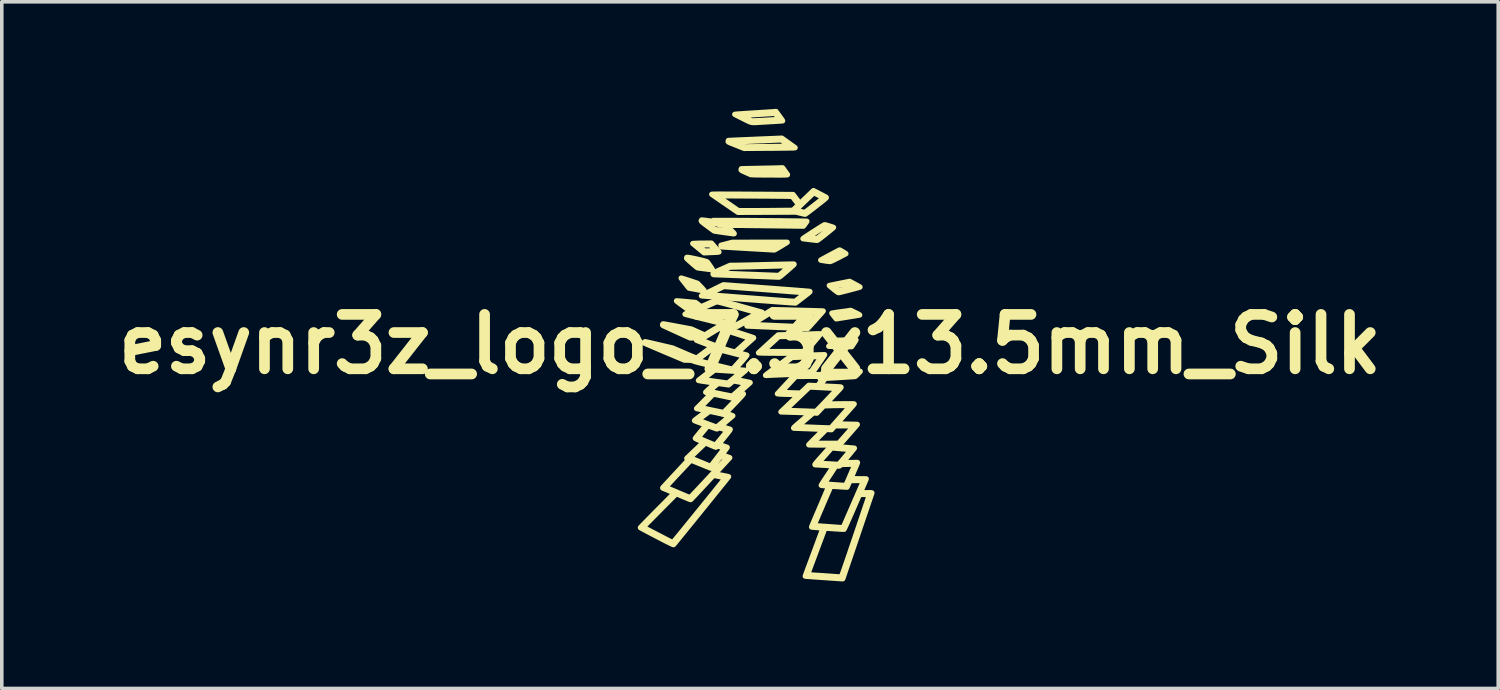
<source format=kicad_pcb>
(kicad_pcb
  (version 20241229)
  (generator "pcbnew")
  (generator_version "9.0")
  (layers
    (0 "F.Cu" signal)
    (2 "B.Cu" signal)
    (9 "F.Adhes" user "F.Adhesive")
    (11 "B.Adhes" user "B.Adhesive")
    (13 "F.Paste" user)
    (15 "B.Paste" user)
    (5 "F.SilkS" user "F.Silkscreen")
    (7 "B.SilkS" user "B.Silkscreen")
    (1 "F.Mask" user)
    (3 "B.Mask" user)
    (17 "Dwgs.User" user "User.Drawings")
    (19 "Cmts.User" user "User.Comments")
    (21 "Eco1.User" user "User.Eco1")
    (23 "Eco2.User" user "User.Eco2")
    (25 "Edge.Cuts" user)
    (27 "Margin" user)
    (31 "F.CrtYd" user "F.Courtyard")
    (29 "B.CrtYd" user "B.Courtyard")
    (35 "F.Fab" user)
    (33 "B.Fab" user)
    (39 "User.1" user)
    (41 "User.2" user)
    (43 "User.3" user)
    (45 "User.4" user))
  (footprint "esynr3z_logo_7.3x13.5mm_Silk"
    (layer "F.Cu")
    (at 17.969 6.596)
    (property "Reference" "esynr3z_logo_7.3x13.5mm_Silk" (at 0 0 0) (layer "F.SilkS") (effects (font (size 1.524 1.524) (thickness 0.3))))
    (attr through_hole)
    (fp_poly (pts (xy -0.978 -2.711) (xy -0.946 -2.675) (xy -0.918 -2.642) (xy -0.896 -2.616) (xy -0.88 -2.596) (xy -0.872 -2.586) (xy -0.871 -2.586) (xy -0.876 -2.583) (xy -0.892 -2.581) (xy -0.921 -2.578) (xy -0.963 -2.575) (xy -1.018 -2.573) (xy -1.088 -2.57) (xy -1.166 -2.567) (xy -1.289 -2.562) (xy -1.446 -2.692) (xy -1.554 -2.781) (xy -1.477 -2.781) (xy -1.472 -2.774) (xy -1.456 -2.76) (xy -1.432 -2.739) (xy -1.402 -2.714) (xy -1.376 -2.692) (xy -1.274 -2.609) (xy -1.12 -2.614) (xy -1.073 -2.616) (xy -1.032 -2.617) (xy -0.998 -2.619) (xy -0.975 -2.62) (xy -0.964 -2.621) (xy -0.964 -2.621) (xy -0.968 -2.627) (xy -0.98 -2.643) (xy -0.999 -2.665) (xy -1.023 -2.694) (xy -1.032 -2.704) (xy -1.103 -2.786) (xy -1.29 -2.786) (xy -1.342 -2.786) (xy -1.389 -2.785) (xy -1.427 -2.784) (xy -1.456 -2.783) (xy -1.474 -2.782) (xy -1.477 -2.781) (xy -1.554 -2.781) (xy -1.604 -2.821) (xy -1.523 -2.826) (xy -1.492 -2.827) (xy -1.448 -2.829) (xy -1.396 -2.83) (xy -1.339 -2.831) (xy -1.282 -2.831) (xy -1.262 -2.831) (xy -1.081 -2.832) (xy -0.978 -2.711)) (stroke (width 0.15) (type solid)) (fill yes) (layer "F.SilkS"))
    (fp_poly (pts (xy 2.968 -0.121) (xy 2.969 -0.121) (xy 2.966 -0.113) (xy 2.955 -0.096) (xy 2.94 -0.07) (xy 2.919 -0.039) (xy 2.91 -0.024) (xy 2.848 0.069) (xy 2.742 0.068) (xy 2.705 0.067) (xy 2.656 0.066) (xy 2.598 0.065) (xy 2.535 0.064) (xy 2.471 0.063) (xy 2.422 0.062) (xy 2.207 0.058) (xy 2.254 0.009) (xy 2.317 0.009) (xy 2.319 0.011) (xy 2.327 0.012) (xy 2.342 0.013) (xy 2.364 0.015) (xy 2.396 0.016) (xy 2.438 0.017) (xy 2.49 0.018) (xy 2.555 0.019) (xy 2.634 0.02) (xy 2.703 0.021) (xy 2.824 0.023) (xy 2.856 -0.024) (xy 2.871 -0.047) (xy 2.881 -0.064) (xy 2.885 -0.073) (xy 2.885 -0.073) (xy 2.877 -0.073) (xy 2.855 -0.073) (xy 2.822 -0.073) (xy 2.779 -0.072) (xy 2.728 -0.071) (xy 2.67 -0.07) (xy 2.633 -0.069) (xy 2.383 -0.062) (xy 2.35 -0.029) (xy 2.332 -0.011) (xy 2.32 0.003) (xy 2.317 0.009) (xy 2.254 0.009) (xy 2.287 -0.025) (xy 2.367 -0.108) (xy 2.666 -0.116) (xy 2.732 -0.117) (xy 2.794 -0.119) (xy 2.849 -0.12) (xy 2.895 -0.121) (xy 2.932 -0.121) (xy 2.956 -0.121) (xy 2.968 -0.121)) (stroke (width 0.15) (type solid)) (fill yes) (layer "F.SilkS"))
    (fp_poly (pts (xy 2.952 -0.884) (xy 2.992 -0.865) (xy 3.026 -0.847) (xy 3.052 -0.833) (xy 3.068 -0.823) (xy 3.072 -0.818) (xy 3.072 -0.818) (xy 3.063 -0.816) (xy 3.04 -0.812) (xy 3.004 -0.806) (xy 2.959 -0.798) (xy 2.905 -0.789) (xy 2.844 -0.779) (xy 2.777 -0.769) (xy 2.738 -0.762) (xy 2.415 -0.711) (xy 2.354 -0.787) (xy 2.331 -0.817) (xy 2.317 -0.836) (xy 2.381 -0.836) (xy 2.383 -0.828) (xy 2.392 -0.814) (xy 2.406 -0.796) (xy 2.421 -0.778) (xy 2.434 -0.766) (xy 2.441 -0.762) (xy 2.45 -0.763) (xy 2.473 -0.767) (xy 2.507 -0.772) (xy 2.55 -0.779) (xy 2.601 -0.787) (xy 2.658 -0.796) (xy 2.688 -0.801) (xy 2.747 -0.81) (xy 2.801 -0.819) (xy 2.847 -0.827) (xy 2.885 -0.833) (xy 2.913 -0.838) (xy 2.928 -0.841) (xy 2.93 -0.842) (xy 2.925 -0.846) (xy 2.908 -0.855) (xy 2.884 -0.867) (xy 2.873 -0.872) (xy 2.813 -0.901) (xy 2.599 -0.871) (xy 2.543 -0.863) (xy 2.493 -0.855) (xy 2.449 -0.848) (xy 2.415 -0.843) (xy 2.391 -0.839) (xy 2.381 -0.836) (xy 2.381 -0.836) (xy 2.317 -0.836) (xy 2.312 -0.842) (xy 2.299 -0.86) (xy 2.294 -0.868) (xy 2.294 -0.869) (xy 2.301 -0.871) (xy 2.322 -0.875) (xy 2.355 -0.88) (xy 2.397 -0.887) (xy 2.448 -0.895) (xy 2.506 -0.903) (xy 2.558 -0.91) (xy 2.822 -0.947) (xy 2.952 -0.884)) (stroke (width 0.15) (type solid)) (fill yes) (layer "F.SilkS"))
    (fp_poly (pts (xy -1.921 -1.852) (xy -1.9 -1.846) (xy -1.868 -1.836) (xy -1.828 -1.823) (xy -1.779 -1.808) (xy -1.725 -1.79) (xy -1.7 -1.782) (xy -1.474 -1.707) (xy -1.399 -1.629) (xy -1.354 -1.583) (xy -1.321 -1.546) (xy -1.298 -1.52) (xy -1.286 -1.503) (xy -1.284 -1.495) (xy -1.287 -1.494) (xy -1.298 -1.496) (xy -1.321 -1.5) (xy -1.353 -1.506) (xy -1.392 -1.513) (xy -1.412 -1.517) (xy -1.463 -1.526) (xy -1.517 -1.537) (xy -1.57 -1.546) (xy -1.614 -1.555) (xy -1.619 -1.555) (xy -1.71 -1.572) (xy -1.821 -1.711) (xy -1.852 -1.751) (xy -1.861 -1.761) (xy -1.797 -1.761) (xy -1.794 -1.754) (xy -1.783 -1.738) (xy -1.767 -1.716) (xy -1.758 -1.705) (xy -1.736 -1.678) (xy -1.717 -1.654) (xy -1.703 -1.636) (xy -1.7 -1.632) (xy -1.693 -1.625) (xy -1.682 -1.619) (xy -1.666 -1.613) (xy -1.642 -1.607) (xy -1.608 -1.599) (xy -1.561 -1.59) (xy -1.553 -1.589) (xy -1.509 -1.581) (xy -1.47 -1.574) (xy -1.439 -1.568) (xy -1.418 -1.564) (xy -1.41 -1.563) (xy -1.41 -1.568) (xy -1.419 -1.582) (xy -1.435 -1.602) (xy -1.444 -1.612) (xy -1.488 -1.662) (xy -1.641 -1.713) (xy -1.687 -1.728) (xy -1.727 -1.741) (xy -1.761 -1.751) (xy -1.784 -1.758) (xy -1.796 -1.761) (xy -1.797 -1.761) (xy -1.861 -1.761) (xy -1.88 -1.786) (xy -1.903 -1.816) (xy -1.919 -1.838) (xy -1.928 -1.851) (xy -1.929 -1.853) (xy -1.921 -1.852)) (stroke (width 0.15) (type solid)) (fill yes) (layer "F.SilkS"))
    (fp_poly (pts (xy 0.981 -2.818) (xy 0.953 -2.801) (xy 0.916 -2.778) (xy 0.873 -2.752) (xy 0.829 -2.725) (xy 0.804 -2.711) (xy 0.766 -2.688) (xy 0.732 -2.668) (xy 0.704 -2.653) (xy 0.685 -2.643) (xy 0.677 -2.641) (xy 0.668 -2.642) (xy 0.645 -2.643) (xy 0.608 -2.645) (xy 0.559 -2.648) (xy 0.499 -2.652) (xy 0.429 -2.656) (xy 0.35 -2.66) (xy 0.264 -2.665) (xy 0.17 -2.671) (xy 0.071 -2.676) (xy -0.033 -2.682) (xy -0.069 -2.684) (xy -0.174 -2.69) (xy -0.275 -2.696) (xy -0.37 -2.702) (xy -0.458 -2.707) (xy -0.539 -2.712) (xy -0.611 -2.716) (xy -0.674 -2.72) (xy -0.725 -2.723) (xy -0.765 -2.726) (xy -0.792 -2.728) (xy -0.805 -2.729) (xy -0.807 -2.729) (xy -0.809 -2.737) (xy -0.81 -2.752) (xy -0.812 -2.767) (xy -0.65 -2.767) (xy -0.585 -2.762) (xy -0.556 -2.76) (xy -0.515 -2.757) (xy -0.466 -2.754) (xy -0.415 -2.751) (xy -0.373 -2.748) (xy -0.228 -2.74) (xy -0.097 -2.733) (xy 0.02 -2.727) (xy 0.124 -2.721) (xy 0.216 -2.716) (xy 0.297 -2.711) (xy 0.367 -2.707) (xy 0.427 -2.704) (xy 0.478 -2.701) (xy 0.521 -2.698) (xy 0.557 -2.696) (xy 0.586 -2.694) (xy 0.609 -2.693) (xy 0.627 -2.691) (xy 0.641 -2.69) (xy 0.652 -2.689) (xy 0.66 -2.688) (xy 0.667 -2.688) (xy 0.667 -2.688) (xy 0.677 -2.691) (xy 0.697 -2.701) (xy 0.725 -2.717) (xy 0.758 -2.736) (xy 0.774 -2.746) (xy 0.872 -2.806) (xy -0.489 -2.81) (xy -0.57 -2.788) (xy -0.65 -2.767) (xy -0.812 -2.767) (xy -0.812 -2.773) (xy -0.496 -2.855) (xy 1.042 -2.856) (xy 0.981 -2.818)) (stroke (width 0.15) (type solid)) (fill yes) (layer "F.SilkS"))
    (fp_poly (pts (xy 2.521 -2.636) (xy 2.539 -2.627) (xy 2.564 -2.612) (xy 2.592 -2.595) (xy 2.622 -2.578) (xy 2.649 -2.561) (xy 2.67 -2.548) (xy 2.684 -2.539) (xy 2.686 -2.536) (xy 2.68 -2.532) (xy 2.661 -2.522) (xy 2.632 -2.507) (xy 2.594 -2.487) (xy 2.549 -2.463) (xy 2.499 -2.437) (xy 2.475 -2.425) (xy 2.409 -2.392) (xy 2.356 -2.365) (xy 2.314 -2.345) (xy 2.282 -2.331) (xy 2.258 -2.322) (xy 2.243 -2.318) (xy 2.239 -2.318) (xy 2.222 -2.319) (xy 2.193 -2.323) (xy 2.157 -2.327) (xy 2.115 -2.333) (xy 2.099 -2.336) (xy 2.059 -2.342) (xy 2.025 -2.348) (xy 1.999 -2.352) (xy 1.985 -2.355) (xy 1.982 -2.356) (xy 1.988 -2.36) (xy 2.006 -2.37) (xy 2.025 -2.381) (xy 2.126 -2.381) (xy 2.135 -2.379) (xy 2.155 -2.375) (xy 2.18 -2.37) (xy 2.205 -2.367) (xy 2.227 -2.364) (xy 2.234 -2.364) (xy 2.247 -2.367) (xy 2.273 -2.377) (xy 2.309 -2.394) (xy 2.355 -2.415) (xy 2.408 -2.442) (xy 2.425 -2.451) (xy 2.596 -2.539) (xy 2.558 -2.562) (xy 2.536 -2.575) (xy 2.519 -2.584) (xy 2.511 -2.586) (xy 2.502 -2.583) (xy 2.482 -2.573) (xy 2.453 -2.559) (xy 2.418 -2.54) (xy 2.377 -2.519) (xy 2.334 -2.496) (xy 2.29 -2.473) (xy 2.247 -2.45) (xy 2.208 -2.428) (xy 2.174 -2.41) (xy 2.148 -2.395) (xy 2.131 -2.385) (xy 2.126 -2.381) (xy 2.025 -2.381) (xy 2.034 -2.386) (xy 2.07 -2.406) (xy 2.113 -2.429) (xy 2.16 -2.455) (xy 2.211 -2.482) (xy 2.262 -2.51) (xy 2.314 -2.537) (xy 2.363 -2.563) (xy 2.408 -2.587) (xy 2.447 -2.607) (xy 2.478 -2.624) (xy 2.501 -2.635) (xy 2.512 -2.64) (xy 2.513 -2.64) (xy 2.521 -2.636)) (stroke (width 0.15) (type solid)) (fill yes) (layer "F.SilkS"))
    (fp_poly (pts (xy 2.934 -1.684) (xy 2.976 -1.661) (xy 3.014 -1.64) (xy 3.046 -1.623) (xy 3.068 -1.61) (xy 3.08 -1.603) (xy 3.081 -1.602) (xy 3.075 -1.599) (xy 3.055 -1.593) (xy 3.025 -1.584) (xy 2.984 -1.573) (xy 2.936 -1.559) (xy 2.881 -1.545) (xy 2.822 -1.529) (xy 2.76 -1.513) (xy 2.697 -1.497) (xy 2.635 -1.481) (xy 2.575 -1.466) (xy 2.52 -1.453) (xy 2.496 -1.447) (xy 2.487 -1.445) (xy 2.478 -1.446) (xy 2.467 -1.45) (xy 2.452 -1.459) (xy 2.431 -1.474) (xy 2.403 -1.495) (xy 2.366 -1.524) (xy 2.344 -1.542) (xy 2.307 -1.572) (xy 2.274 -1.599) (xy 2.25 -1.619) (xy 2.322 -1.619) (xy 2.398 -1.557) (xy 2.427 -1.533) (xy 2.453 -1.513) (xy 2.472 -1.5) (xy 2.482 -1.493) (xy 2.482 -1.493) (xy 2.491 -1.495) (xy 2.514 -1.5) (xy 2.547 -1.508) (xy 2.59 -1.518) (xy 2.64 -1.531) (xy 2.696 -1.545) (xy 2.726 -1.552) (xy 2.784 -1.567) (xy 2.836 -1.581) (xy 2.881 -1.593) (xy 2.917 -1.603) (xy 2.943 -1.611) (xy 2.956 -1.616) (xy 2.957 -1.617) (xy 2.946 -1.625) (xy 2.924 -1.638) (xy 2.897 -1.653) (xy 2.866 -1.669) (xy 2.835 -1.684) (xy 2.809 -1.697) (xy 2.789 -1.706) (xy 2.78 -1.708) (xy 2.77 -1.707) (xy 2.746 -1.702) (xy 2.711 -1.696) (xy 2.667 -1.688) (xy 2.616 -1.678) (xy 2.56 -1.667) (xy 2.544 -1.664) (xy 2.322 -1.619) (xy 2.25 -1.619) (xy 2.248 -1.621) (xy 2.231 -1.636) (xy 2.223 -1.644) (xy 2.223 -1.645) (xy 2.231 -1.647) (xy 2.253 -1.652) (xy 2.287 -1.659) (xy 2.331 -1.667) (xy 2.383 -1.678) (xy 2.441 -1.69) (xy 2.505 -1.702) (xy 2.511 -1.704) (xy 2.793 -1.76) (xy 2.934 -1.684)) (stroke (width 0.15) (type solid)) (fill yes) (layer "F.SilkS"))
    (fp_poly (pts (xy -1.739 -2.432) (xy -1.706 -2.427) (xy -1.664 -2.42) (xy -1.616 -2.41) (xy -1.562 -2.399) (xy -1.506 -2.387) (xy -1.449 -2.375) (xy -1.393 -2.362) (xy -1.341 -2.349) (xy -1.294 -2.337) (xy -1.254 -2.326) (xy -1.224 -2.316) (xy -1.205 -2.309) (xy -1.2 -2.306) (xy -1.189 -2.292) (xy -1.172 -2.269) (xy -1.153 -2.241) (xy -1.131 -2.21) (xy -1.109 -2.178) (xy -1.089 -2.147) (xy -1.071 -2.12) (xy -1.059 -2.1) (xy -1.052 -2.088) (xy -1.052 -2.087) (xy -1.061 -2.088) (xy -1.083 -2.091) (xy -1.117 -2.095) (xy -1.159 -2.1) (xy -1.209 -2.106) (xy -1.26 -2.113) (xy -1.315 -2.12) (xy -1.364 -2.126) (xy -1.407 -2.132) (xy -1.441 -2.137) (xy -1.463 -2.14) (xy -1.472 -2.142) (xy -1.483 -2.149) (xy -1.502 -2.164) (xy -1.529 -2.186) (xy -1.561 -2.213) (xy -1.596 -2.243) (xy -1.633 -2.275) (xy -1.669 -2.307) (xy -1.703 -2.337) (xy -1.732 -2.364) (xy -1.744 -2.375) (xy -1.676 -2.375) (xy -1.671 -2.37) (xy -1.657 -2.357) (xy -1.635 -2.337) (xy -1.608 -2.314) (xy -1.578 -2.288) (xy -1.547 -2.262) (xy -1.518 -2.237) (xy -1.493 -2.216) (xy -1.474 -2.2) (xy -1.471 -2.198) (xy -1.46 -2.191) (xy -1.442 -2.185) (xy -1.416 -2.18) (xy -1.379 -2.174) (xy -1.329 -2.167) (xy -1.32 -2.166) (xy -1.264 -2.159) (xy -1.221 -2.154) (xy -1.19 -2.15) (xy -1.169 -2.149) (xy -1.157 -2.149) (xy -1.151 -2.151) (xy -1.15 -2.154) (xy -1.152 -2.157) (xy -1.158 -2.168) (xy -1.171 -2.187) (xy -1.189 -2.212) (xy -1.196 -2.222) (xy -1.234 -2.278) (xy -1.319 -2.297) (xy -1.386 -2.313) (xy -1.45 -2.327) (xy -1.509 -2.34) (xy -1.562 -2.352) (xy -1.606 -2.361) (xy -1.641 -2.369) (xy -1.665 -2.374) (xy -1.676 -2.375) (xy -1.676 -2.375) (xy -1.744 -2.375) (xy -1.756 -2.386) (xy -1.771 -2.402) (xy -1.776 -2.408) (xy -1.774 -2.426) (xy -1.771 -2.432) (xy -1.762 -2.433) (xy -1.739 -2.432)) (stroke (width 0.15) (type solid)) (fill yes) (layer "F.SilkS"))
    (fp_poly (pts (xy 1.263 -5.507) (xy 1.224 -5.502) (xy 1.211 -5.501) (xy 1.183 -5.501) (xy 1.143 -5.5) (xy 1.09 -5.499) (xy 1.027 -5.498) (xy 0.954 -5.497) (xy 0.874 -5.496) (xy 0.786 -5.495) (xy 0.692 -5.494) (xy 0.593 -5.493) (xy 0.51 -5.493) (xy -0.165 -5.488) (xy -0.39 -5.578) (xy -0.453 -5.603) (xy -0.503 -5.623) (xy -0.541 -5.638) (xy -0.569 -5.65) (xy -0.589 -5.66) (xy -0.599 -5.666) (xy -0.481 -5.666) (xy -0.472 -5.662) (xy -0.452 -5.653) (xy -0.421 -5.641) (xy -0.382 -5.625) (xy -0.337 -5.607) (xy -0.308 -5.596) (xy -0.139 -5.53) (xy -0.045 -5.532) (xy -0.021 -5.532) (xy 0.017 -5.533) (xy 0.067 -5.534) (xy 0.128 -5.534) (xy 0.198 -5.535) (xy 0.275 -5.536) (xy 0.359 -5.537) (xy 0.448 -5.537) (xy 0.539 -5.538) (xy 0.587 -5.539) (xy 0.676 -5.54) (xy 0.761 -5.541) (xy 0.839 -5.542) (xy 0.91 -5.543) (xy 0.973 -5.544) (xy 1.027 -5.545) (xy 1.069 -5.546) (xy 1.1 -5.548) (xy 1.117 -5.549) (xy 1.12 -5.549) (xy 1.113 -5.555) (xy 1.095 -5.569) (xy 1.069 -5.588) (xy 1.036 -5.612) (xy 0.999 -5.639) (xy 0.997 -5.641) (xy 0.877 -5.727) (xy 0.602 -5.715) (xy 0.469 -5.71) (xy 0.34 -5.704) (xy 0.217 -5.699) (xy 0.101 -5.694) (xy -0.007 -5.69) (xy -0.105 -5.685) (xy -0.192 -5.682) (xy -0.267 -5.679) (xy -0.328 -5.676) (xy -0.348 -5.676) (xy -0.392 -5.674) (xy -0.429 -5.672) (xy -0.458 -5.669) (xy -0.476 -5.667) (xy -0.481 -5.666) (xy -0.599 -5.666) (xy -0.602 -5.667) (xy -0.609 -5.673) (xy -0.612 -5.678) (xy -0.611 -5.684) (xy -0.611 -5.687) (xy -0.607 -5.703) (xy -0.605 -5.709) (xy -0.597 -5.709) (xy -0.575 -5.71) (xy -0.54 -5.712) (xy -0.492 -5.714) (xy -0.434 -5.717) (xy -0.365 -5.72) (xy -0.287 -5.723) (xy -0.201 -5.727) (xy -0.108 -5.731) (xy -0.009 -5.735) (xy 0.095 -5.739) (xy 0.144 -5.742) (xy 0.892 -5.773) (xy 1.263 -5.507)) (stroke (width 0.15) (type solid)) (fill yes) (layer "F.SilkS"))
    (fp_poly (pts (xy 1.963 -0.291) (xy 1.963 -0.291) (xy 1.968 -0.29) (xy 1.969 -0.287) (xy 1.967 -0.28) (xy 1.962 -0.27) (xy 1.951 -0.255) (xy 1.935 -0.234) (xy 1.912 -0.206) (xy 1.883 -0.17) (xy 1.845 -0.126) (xy 1.799 -0.071) (xy 1.753 -0.017) (xy 1.523 0.254) (xy 0.987 0.252) (xy 0.894 0.252) (xy 0.803 0.252) (xy 0.716 0.251) (xy 0.634 0.251) (xy 0.558 0.25) (xy 0.491 0.249) (xy 0.434 0.248) (xy 0.388 0.248) (xy 0.355 0.247) (xy 0.344 0.247) (xy 0.238 0.242) (xy 0.283 0.202) (xy 0.355 0.202) (xy 0.362 0.203) (xy 0.384 0.204) (xy 0.418 0.204) (xy 0.464 0.205) (xy 0.521 0.206) (xy 0.587 0.207) (xy 0.662 0.207) (xy 0.744 0.207) (xy 0.831 0.208) (xy 0.923 0.208) (xy 0.929 0.208) (xy 1.505 0.207) (xy 1.655 0.03) (xy 1.695 -0.018) (xy 1.734 -0.064) (xy 1.77 -0.107) (xy 1.802 -0.144) (xy 1.827 -0.175) (xy 1.845 -0.196) (xy 1.847 -0.198) (xy 1.889 -0.248) (xy 1.758 -0.243) (xy 1.725 -0.242) (xy 1.678 -0.241) (xy 1.62 -0.239) (xy 1.552 -0.237) (xy 1.478 -0.234) (xy 1.398 -0.232) (xy 1.316 -0.229) (xy 1.232 -0.227) (xy 1.216 -0.226) (xy 0.804 -0.214) (xy 0.727 -0.143) (xy 0.699 -0.117) (xy 0.663 -0.084) (xy 0.62 -0.045) (xy 0.574 -0.003) (xy 0.528 0.039) (xy 0.504 0.061) (xy 0.465 0.098) (xy 0.429 0.131) (xy 0.398 0.16) (xy 0.375 0.182) (xy 0.36 0.196) (xy 0.355 0.202) (xy 0.283 0.202) (xy 0.482 0.019) (xy 0.535 -0.029) (xy 0.585 -0.075) (xy 0.632 -0.118) (xy 0.673 -0.155) (xy 0.708 -0.187) (xy 0.735 -0.211) (xy 0.753 -0.227) (xy 0.758 -0.232) (xy 0.789 -0.259) (xy 1.366 -0.277) (xy 1.46 -0.28) (xy 1.549 -0.282) (xy 1.633 -0.284) (xy 1.71 -0.286) (xy 1.779 -0.288) (xy 1.839 -0.29) (xy 1.889 -0.291) (xy 1.927 -0.291) (xy 1.952 -0.292) (xy 1.963 -0.291)) (stroke (width 0.15) (type solid)) (fill yes) (layer "F.SilkS"))
    (fp_poly (pts (xy 2.103 -3.346) (xy 2.126 -3.34) (xy 2.157 -3.332) (xy 2.192 -3.321) (xy 2.229 -3.31) (xy 2.265 -3.298) (xy 2.297 -3.288) (xy 2.322 -3.279) (xy 2.337 -3.273) (xy 2.34 -3.271) (xy 2.334 -3.265) (xy 2.318 -3.25) (xy 2.292 -3.229) (xy 2.258 -3.2) (xy 2.217 -3.167) (xy 2.171 -3.13) (xy 2.12 -3.09) (xy 2.118 -3.087) (xy 2.053 -3.036) (xy 2 -2.994) (xy 1.957 -2.962) (xy 1.924 -2.937) (xy 1.9 -2.921) (xy 1.884 -2.912) (xy 1.877 -2.91) (xy 1.864 -2.912) (xy 1.839 -2.914) (xy 1.803 -2.918) (xy 1.759 -2.923) (xy 1.709 -2.929) (xy 1.676 -2.933) (xy 1.624 -2.939) (xy 1.578 -2.945) (xy 1.538 -2.95) (xy 1.508 -2.954) (xy 1.489 -2.956) (xy 1.484 -2.957) (xy 1.489 -2.962) (xy 1.505 -2.974) (xy 1.525 -2.988) (xy 1.615 -2.988) (xy 1.616 -2.988) (xy 1.625 -2.986) (xy 1.647 -2.983) (xy 1.677 -2.979) (xy 1.713 -2.975) (xy 1.752 -2.97) (xy 1.79 -2.965) (xy 1.825 -2.961) (xy 1.852 -2.958) (xy 1.869 -2.957) (xy 1.87 -2.957) (xy 1.879 -2.961) (xy 1.898 -2.974) (xy 1.926 -2.995) (xy 1.961 -3.021) (xy 2.002 -3.053) (xy 2.046 -3.088) (xy 2.062 -3.101) (xy 2.107 -3.137) (xy 2.148 -3.171) (xy 2.184 -3.2) (xy 2.212 -3.224) (xy 2.232 -3.241) (xy 2.242 -3.25) (xy 2.243 -3.252) (xy 2.236 -3.256) (xy 2.218 -3.264) (xy 2.191 -3.273) (xy 2.168 -3.28) (xy 2.092 -3.302) (xy 1.85 -3.147) (xy 1.796 -3.111) (xy 1.746 -3.079) (xy 1.702 -3.05) (xy 1.666 -3.026) (xy 1.639 -3.006) (xy 1.621 -2.994) (xy 1.615 -2.988) (xy 1.525 -2.988) (xy 1.53 -2.992) (xy 1.565 -3.015) (xy 1.606 -3.042) (xy 1.653 -3.073) (xy 1.703 -3.106) (xy 1.756 -3.141) (xy 1.81 -3.175) (xy 1.864 -3.209) (xy 1.915 -3.242) (xy 1.962 -3.272) (xy 2.004 -3.298) (xy 2.04 -3.32) (xy 2.067 -3.336) (xy 2.085 -3.346) (xy 2.091 -3.348) (xy 2.103 -3.346)) (stroke (width 0.15) (type solid)) (fill yes) (layer "F.SilkS"))
    (fp_poly (pts (xy 0.978 -4.852) (xy 1.001 -4.819) (xy 1.022 -4.79) (xy 1.038 -4.768) (xy 1.048 -4.754) (xy 1.049 -4.752) (xy 1.048 -4.749) (xy 1.042 -4.748) (xy 1.03 -4.746) (xy 1.011 -4.745) (xy 0.984 -4.744) (xy 0.947 -4.743) (xy 0.899 -4.743) (xy 0.84 -4.742) (xy 0.769 -4.742) (xy 0.684 -4.743) (xy 0.622 -4.743) (xy 0.539 -4.743) (xy 0.457 -4.744) (xy 0.38 -4.744) (xy 0.309 -4.745) (xy 0.245 -4.746) (xy 0.19 -4.746) (xy 0.146 -4.747) (xy 0.115 -4.748) (xy 0.104 -4.749) (xy 0.019 -4.753) (xy -0.117 -4.814) (xy -0.164 -4.835) (xy -0.199 -4.851) (xy -0.223 -4.863) (xy -0.232 -4.868) (xy -0.112 -4.868) (xy -0.101 -4.86) (xy -0.079 -4.848) (xy -0.043 -4.831) (xy -0.037 -4.828) (xy 0.05 -4.789) (xy 0.506 -4.788) (xy 0.588 -4.788) (xy 0.666 -4.788) (xy 0.737 -4.789) (xy 0.801 -4.789) (xy 0.856 -4.789) (xy 0.901 -4.79) (xy 0.935 -4.791) (xy 0.955 -4.791) (xy 0.962 -4.792) (xy 0.958 -4.8) (xy 0.947 -4.817) (xy 0.931 -4.84) (xy 0.926 -4.847) (xy 0.889 -4.897) (xy 0.758 -4.892) (xy 0.723 -4.891) (xy 0.674 -4.89) (xy 0.615 -4.889) (xy 0.547 -4.887) (xy 0.473 -4.886) (xy 0.395 -4.885) (xy 0.316 -4.883) (xy 0.266 -4.883) (xy 0.192 -4.882) (xy 0.123 -4.88) (xy 0.06 -4.879) (xy 0.004 -4.878) (xy -0.042 -4.876) (xy -0.078 -4.875) (xy -0.101 -4.874) (xy -0.11 -4.873) (xy -0.112 -4.868) (xy -0.232 -4.868) (xy -0.238 -4.872) (xy -0.247 -4.879) (xy -0.25 -4.885) (xy -0.249 -4.892) (xy -0.249 -4.895) (xy -0.245 -4.91) (xy -0.243 -4.916) (xy -0.235 -4.917) (xy -0.213 -4.917) (xy -0.179 -4.918) (xy -0.134 -4.919) (xy -0.079 -4.921) (xy -0.015 -4.922) (xy 0.055 -4.923) (xy 0.131 -4.925) (xy 0.17 -4.926) (xy 0.255 -4.927) (xy 0.34 -4.929) (xy 0.424 -4.931) (xy 0.505 -4.932) (xy 0.579 -4.934) (xy 0.645 -4.935) (xy 0.701 -4.937) (xy 0.743 -4.938) (xy 0.747 -4.938) (xy 0.912 -4.943) (xy 0.978 -4.852)) (stroke (width 0.15) (type solid)) (fill yes) (layer "F.SilkS"))
    (fp_poly (pts (xy 0.821 -6.392) (xy 0.849 -6.353) (xy 0.874 -6.319) (xy 0.894 -6.291) (xy 0.907 -6.271) (xy 0.913 -6.261) (xy 0.913 -6.26) (xy 0.905 -6.259) (xy 0.884 -6.257) (xy 0.852 -6.255) (xy 0.81 -6.252) (xy 0.761 -6.249) (xy 0.715 -6.246) (xy 0.647 -6.242) (xy 0.568 -6.238) (xy 0.487 -6.233) (xy 0.407 -6.228) (xy 0.335 -6.224) (xy 0.321 -6.223) (xy 0.25 -6.219) (xy 0.192 -6.215) (xy 0.145 -6.213) (xy 0.106 -6.212) (xy 0.072 -6.214) (xy 0.042 -6.218) (xy 0.013 -6.226) (xy -0.017 -6.237) (xy -0.051 -6.252) (xy -0.092 -6.272) (xy -0.141 -6.296) (xy -0.2 -6.326) (xy -0.36 -6.407) (xy -0.246 -6.407) (xy -0.239 -6.401) (xy -0.223 -6.391) (xy -0.197 -6.377) (xy -0.16 -6.357) (xy -0.115 -6.335) (xy -0.065 -6.309) (xy -0.026 -6.29) (xy 0.004 -6.276) (xy 0.027 -6.267) (xy 0.045 -6.262) (xy 0.061 -6.259) (xy 0.075 -6.258) (xy 0.092 -6.258) (xy 0.121 -6.26) (xy 0.163 -6.261) (xy 0.214 -6.264) (xy 0.274 -6.267) (xy 0.34 -6.27) (xy 0.411 -6.274) (xy 0.46 -6.277) (xy 0.532 -6.281) (xy 0.599 -6.285) (xy 0.66 -6.288) (xy 0.714 -6.292) (xy 0.758 -6.294) (xy 0.791 -6.296) (xy 0.812 -6.298) (xy 0.818 -6.298) (xy 0.822 -6.301) (xy 0.819 -6.31) (xy 0.81 -6.327) (xy 0.793 -6.352) (xy 0.768 -6.387) (xy 0.705 -6.474) (xy 0.666 -6.47) (xy 0.648 -6.468) (xy 0.616 -6.466) (xy 0.575 -6.463) (xy 0.526 -6.459) (xy 0.473 -6.456) (xy 0.435 -6.453) (xy 0.372 -6.45) (xy 0.299 -6.445) (xy 0.22 -6.44) (xy 0.14 -6.435) (xy 0.063 -6.43) (xy 0.015 -6.427) (xy -0.044 -6.423) (xy -0.099 -6.419) (xy -0.148 -6.416) (xy -0.188 -6.414) (xy -0.219 -6.412) (xy -0.237 -6.411) (xy -0.239 -6.411) (xy -0.246 -6.41) (xy -0.246 -6.407) (xy -0.36 -6.407) (xy -0.427 -6.441) (xy -0.393 -6.445) (xy -0.379 -6.447) (xy -0.351 -6.449) (xy -0.311 -6.452) (xy -0.26 -6.455) (xy -0.199 -6.459) (xy -0.129 -6.464) (xy -0.053 -6.469) (xy 0.029 -6.474) (xy 0.115 -6.479) (xy 0.139 -6.481) (xy 0.226 -6.486) (xy 0.31 -6.492) (xy 0.389 -6.497) (xy 0.461 -6.501) (xy 0.526 -6.506) (xy 0.582 -6.509) (xy 0.627 -6.512) (xy 0.66 -6.515) (xy 0.679 -6.516) (xy 0.681 -6.516) (xy 0.727 -6.521) (xy 0.821 -6.392)) (stroke (width 0.15) (type solid)) (fill yes) (layer "F.SilkS"))
    (fp_poly (pts (xy 1.072 -0.958) (xy 1.227 -0.954) (xy 1.368 -0.95) (xy 1.493 -0.947) (xy 1.605 -0.944) (xy 1.703 -0.942) (xy 1.788 -0.939) (xy 1.86 -0.937) (xy 1.92 -0.935) (xy 1.968 -0.934) (xy 2.005 -0.933) (xy 2.031 -0.931) (xy 2.046 -0.931) (xy 2.051 -0.93) (xy 2.047 -0.924) (xy 2.033 -0.908) (xy 2.011 -0.882) (xy 1.982 -0.849) (xy 1.946 -0.809) (xy 1.906 -0.764) (xy 1.861 -0.714) (xy 1.834 -0.683) (xy 1.615 -0.439) (xy 1.552 -0.44) (xy 1.535 -0.44) (xy 1.505 -0.441) (xy 1.461 -0.443) (xy 1.405 -0.445) (xy 1.339 -0.448) (xy 1.262 -0.451) (xy 1.178 -0.454) (xy 1.086 -0.458) (xy 0.988 -0.462) (xy 0.884 -0.467) (xy 0.777 -0.471) (xy 0.724 -0.474) (xy 0.616 -0.478) (xy 0.512 -0.483) (xy 0.412 -0.487) (xy 0.319 -0.491) (xy 0.234 -0.495) (xy 0.156 -0.499) (xy 0.088 -0.502) (xy 0.03 -0.504) (xy -0.017 -0.507) (xy -0.05 -0.508) (xy -0.07 -0.509) (xy -0.075 -0.509) (xy -0.082 -0.51) (xy -0.086 -0.511) (xy -0.088 -0.514) (xy -0.085 -0.518) (xy -0.078 -0.526) (xy -0.064 -0.536) (xy -0.044 -0.55) (xy -0.042 -0.551) (xy 0.05 -0.551) (xy 0.055 -0.548) (xy 0.072 -0.547) (xy 0.082 -0.546) (xy 0.099 -0.546) (xy 0.129 -0.545) (xy 0.171 -0.544) (xy 0.221 -0.542) (xy 0.278 -0.539) (xy 0.339 -0.537) (xy 0.374 -0.535) (xy 0.448 -0.532) (xy 0.529 -0.529) (xy 0.613 -0.525) (xy 0.694 -0.521) (xy 0.769 -0.518) (xy 0.833 -0.515) (xy 0.835 -0.515) (xy 0.904 -0.512) (xy 0.983 -0.509) (xy 1.067 -0.505) (xy 1.15 -0.502) (xy 1.227 -0.498) (xy 1.262 -0.497) (xy 1.322 -0.494) (xy 1.38 -0.492) (xy 1.434 -0.49) (xy 1.48 -0.489) (xy 1.516 -0.488) (xy 1.54 -0.488) (xy 1.54 -0.488) (xy 1.598 -0.489) (xy 1.778 -0.689) (xy 1.957 -0.889) (xy 1.896 -0.891) (xy 1.879 -0.892) (xy 1.848 -0.892) (xy 1.803 -0.894) (xy 1.748 -0.895) (xy 1.682 -0.897) (xy 1.608 -0.899) (xy 1.526 -0.901) (xy 1.438 -0.903) (xy 1.346 -0.905) (xy 1.25 -0.908) (xy 1.236 -0.908) (xy 0.636 -0.923) (xy 0.351 -0.745) (xy 0.29 -0.708) (xy 0.234 -0.672) (xy 0.183 -0.64) (xy 0.138 -0.612) (xy 0.102 -0.588) (xy 0.075 -0.571) (xy 0.058 -0.56) (xy 0.054 -0.557) (xy 0.05 -0.551) (xy -0.042 -0.551) (xy -0.016 -0.568) (xy 0.021 -0.592) (xy 0.068 -0.621) (xy 0.124 -0.657) (xy 0.192 -0.7) (xy 0.258 -0.741) (xy 0.624 -0.969) (xy 1.072 -0.958)) (stroke (width 0.15) (type solid)) (fill yes) (layer "F.SilkS"))
    (fp_poly (pts (xy -0.429 -1.641) (xy -0.378 -1.637) (xy -0.312 -1.632) (xy -0.235 -1.626) (xy -0.146 -1.62) (xy -0.049 -1.612) (xy 0.057 -1.604) (xy 0.17 -1.596) (xy 0.287 -1.587) (xy 0.408 -1.578) (xy 0.531 -1.569) (xy 0.654 -1.56) (xy 0.77 -1.551) (xy 0.885 -1.542) (xy 0.996 -1.534) (xy 1.103 -1.526) (xy 1.203 -1.518) (xy 1.296 -1.511) (xy 1.382 -1.504) (xy 1.458 -1.498) (xy 1.524 -1.493) (xy 1.579 -1.488) (xy 1.623 -1.484) (xy 1.653 -1.482) (xy 1.669 -1.48) (xy 1.672 -1.479) (xy 1.677 -1.477) (xy 1.679 -1.474) (xy 1.676 -1.468) (xy 1.668 -1.459) (xy 1.653 -1.446) (xy 1.631 -1.428) (xy 1.6 -1.403) (xy 1.559 -1.371) (xy 1.508 -1.331) (xy 1.488 -1.316) (xy 1.439 -1.278) (xy 1.394 -1.244) (xy 1.354 -1.213) (xy 1.32 -1.188) (xy 1.295 -1.169) (xy 1.279 -1.157) (xy 1.275 -1.154) (xy 1.266 -1.154) (xy 1.243 -1.155) (xy 1.206 -1.158) (xy 1.157 -1.161) (xy 1.095 -1.165) (xy 1.021 -1.171) (xy 0.938 -1.177) (xy 0.844 -1.184) (xy 0.741 -1.191) (xy 0.63 -1.2) (xy 0.512 -1.209) (xy 0.387 -1.218) (xy 0.256 -1.228) (xy 0.12 -1.239) (xy -0.02 -1.249) (xy -0.044 -1.251) (xy -0.184 -1.262) (xy -0.321 -1.273) (xy -0.453 -1.283) (xy -0.579 -1.293) (xy -0.698 -1.302) (xy -0.81 -1.311) (xy -0.914 -1.319) (xy -1.009 -1.327) (xy -1.095 -1.334) (xy -1.17 -1.34) (xy -1.234 -1.345) (xy -1.286 -1.349) (xy -1.325 -1.352) (xy -1.35 -1.355) (xy -1.361 -1.356) (xy -1.361 -1.356) (xy -1.356 -1.36) (xy -1.339 -1.37) (xy -1.31 -1.385) (xy -1.302 -1.389) (xy -1.185 -1.389) (xy -1.181 -1.387) (xy -1.167 -1.385) (xy -1.138 -1.383) (xy -1.096 -1.38) (xy -1.042 -1.375) (xy -0.977 -1.37) (xy -0.902 -1.364) (xy -0.819 -1.357) (xy -0.727 -1.35) (xy -0.628 -1.343) (xy -0.524 -1.334) (xy -0.414 -1.326) (xy -0.301 -1.317) (xy -0.185 -1.308) (xy -0.068 -1.299) (xy 0.051 -1.29) (xy 0.169 -1.281) (xy 0.286 -1.272) (xy 0.4 -1.263) (xy 0.511 -1.254) (xy 0.618 -1.246) (xy 0.719 -1.238) (xy 0.814 -1.231) (xy 0.901 -1.225) (xy 0.98 -1.219) (xy 1.049 -1.213) (xy 1.107 -1.209) (xy 1.154 -1.206) (xy 1.188 -1.203) (xy 1.209 -1.202) (xy 1.214 -1.202) (xy 1.263 -1.201) (xy 1.416 -1.318) (xy 1.458 -1.35) (xy 1.496 -1.38) (xy 1.527 -1.404) (xy 1.551 -1.423) (xy 1.566 -1.436) (xy 1.57 -1.44) (xy 1.562 -1.441) (xy 1.54 -1.443) (xy 1.505 -1.446) (xy 1.456 -1.45) (xy 1.396 -1.455) (xy 1.324 -1.461) (xy 1.242 -1.467) (xy 1.15 -1.474) (xy 1.05 -1.482) (xy 0.942 -1.491) (xy 0.827 -1.5) (xy 0.706 -1.509) (xy 0.58 -1.519) (xy 0.449 -1.528) (xy 0.417 -1.531) (xy -0.735 -1.618) (xy -0.97 -1.504) (xy -1.034 -1.472) (xy -1.085 -1.447) (xy -1.125 -1.427) (xy -1.153 -1.411) (xy -1.172 -1.4) (xy -1.183 -1.393) (xy -1.185 -1.389) (xy -1.302 -1.389) (xy -1.271 -1.405) (xy -1.224 -1.429) (xy -1.17 -1.456) (xy -1.11 -1.486) (xy -1.057 -1.512) (xy -0.746 -1.665) (xy -0.429 -1.641)) (stroke (width 0.15) (type solid)) (fill yes) (layer "F.SilkS"))
    (fp_poly (pts (xy 2.09 0.295) (xy 2.087 0.301) (xy 2.075 0.319) (xy 2.057 0.346) (xy 2.034 0.381) (xy 2.007 0.422) (xy 1.976 0.467) (xy 1.943 0.515) (xy 1.909 0.565) (xy 1.876 0.614) (xy 1.843 0.662) (xy 1.813 0.705) (xy 1.787 0.744) (xy 1.765 0.775) (xy 1.749 0.798) (xy 1.739 0.811) (xy 1.738 0.813) (xy 1.735 0.814) (xy 1.728 0.816) (xy 1.717 0.817) (xy 1.701 0.819) (xy 1.68 0.821) (xy 1.652 0.822) (xy 1.617 0.824) (xy 1.573 0.827) (xy 1.521 0.829) (xy 1.46 0.832) (xy 1.388 0.835) (xy 1.305 0.839) (xy 1.211 0.843) (xy 1.103 0.847) (xy 0.983 0.852) (xy 0.849 0.857) (xy 0.731 0.862) (xy 0.676 0.864) (xy 0.621 0.867) (xy 0.572 0.869) (xy 0.529 0.871) (xy 0.498 0.873) (xy 0.489 0.873) (xy 0.459 0.875) (xy 0.442 0.875) (xy 0.435 0.873) (xy 0.437 0.869) (xy 0.443 0.863) (xy 0.452 0.856) (xy 0.472 0.84) (xy 0.5 0.819) (xy 0.581 0.819) (xy 0.584 0.822) (xy 0.596 0.823) (xy 0.618 0.823) (xy 0.654 0.821) (xy 0.658 0.821) (xy 0.681 0.819) (xy 0.718 0.818) (xy 0.766 0.816) (xy 0.826 0.813) (xy 0.894 0.81) (xy 0.969 0.807) (xy 1.051 0.803) (xy 1.136 0.8) (xy 1.224 0.796) (xy 1.228 0.796) (xy 1.312 0.792) (xy 1.393 0.789) (xy 1.467 0.786) (xy 1.534 0.783) (xy 1.592 0.78) (xy 1.64 0.778) (xy 1.677 0.777) (xy 1.702 0.775) (xy 1.713 0.775) (xy 1.713 0.775) (xy 1.718 0.768) (xy 1.729 0.751) (xy 1.748 0.723) (xy 1.772 0.688) (xy 1.801 0.645) (xy 1.833 0.598) (xy 1.855 0.566) (xy 1.889 0.515) (xy 1.92 0.468) (xy 1.948 0.427) (xy 1.97 0.393) (xy 1.987 0.367) (xy 1.997 0.352) (xy 1.999 0.348) (xy 1.998 0.342) (xy 1.987 0.34) (xy 1.966 0.342) (xy 1.946 0.343) (xy 1.914 0.345) (xy 1.873 0.347) (xy 1.827 0.349) (xy 1.782 0.35) (xy 1.734 0.351) (xy 1.674 0.353) (xy 1.607 0.355) (xy 1.536 0.358) (xy 1.465 0.36) (xy 1.406 0.362) (xy 1.177 0.37) (xy 0.887 0.586) (xy 0.828 0.63) (xy 0.772 0.672) (xy 0.721 0.71) (xy 0.677 0.743) (xy 0.64 0.772) (xy 0.611 0.793) (xy 0.592 0.808) (xy 0.585 0.814) (xy 0.581 0.819) (xy 0.5 0.819) (xy 0.502 0.817) (xy 0.541 0.788) (xy 0.587 0.753) (xy 0.641 0.713) (xy 0.699 0.669) (xy 0.762 0.622) (xy 0.811 0.586) (xy 0.886 0.53) (xy 0.95 0.483) (xy 1.003 0.443) (xy 1.048 0.41) (xy 1.084 0.384) (xy 1.113 0.364) (xy 1.136 0.349) (xy 1.153 0.338) (xy 1.167 0.331) (xy 1.178 0.326) (xy 1.186 0.324) (xy 1.194 0.323) (xy 1.196 0.323) (xy 1.209 0.323) (xy 1.237 0.322) (xy 1.276 0.321) (xy 1.327 0.319) (xy 1.387 0.317) (xy 1.455 0.315) (xy 1.529 0.312) (xy 1.608 0.31) (xy 1.658 0.308) (xy 1.738 0.305) (xy 1.813 0.303) (xy 1.882 0.3) (xy 1.944 0.298) (xy 1.996 0.297) (xy 2.038 0.295) (xy 2.069 0.295) (xy 2.087 0.294) (xy 2.09 0.295)) (stroke (width 0.15) (type solid)) (fill yes) (layer "F.SilkS"))
    (fp_poly (pts (xy 1.223 -2.246) (xy 1.23 -2.245) (xy 1.234 -2.243) (xy 1.234 -2.239) (xy 1.229 -2.232) (xy 1.219 -2.221) (xy 1.203 -2.205) (xy 1.178 -2.183) (xy 1.146 -2.154) (xy 1.103 -2.117) (xy 1.05 -2.071) (xy 1.039 -2.061) (xy 0.983 -2.012) (xy 0.937 -1.973) (xy 0.9 -1.942) (xy 0.871 -1.918) (xy 0.849 -1.901) (xy 0.833 -1.89) (xy 0.82 -1.883) (xy 0.811 -1.88) (xy 0.805 -1.879) (xy 0.792 -1.88) (xy 0.765 -1.881) (xy 0.727 -1.882) (xy 0.68 -1.884) (xy 0.626 -1.887) (xy 0.566 -1.889) (xy 0.535 -1.89) (xy 0.487 -1.892) (xy 0.426 -1.895) (xy 0.353 -1.898) (xy 0.27 -1.901) (xy 0.179 -1.904) (xy 0.081 -1.908) (xy -0.021 -1.912) (xy -0.126 -1.916) (xy -0.232 -1.92) (xy -0.337 -1.924) (xy -0.346 -1.924) (xy -0.444 -1.928) (xy -0.539 -1.931) (xy -0.628 -1.935) (xy -0.71 -1.938) (xy -0.785 -1.941) (xy -0.851 -1.943) (xy -0.907 -1.945) (xy -0.952 -1.947) (xy -0.985 -1.948) (xy -1.004 -1.949) (xy -1.008 -1.949) (xy -1.026 -1.952) (xy -1.034 -1.959) (xy -1.035 -1.974) (xy -1.035 -1.98) (xy -1.033 -1.986) (xy -1.028 -1.992) (xy -1.024 -1.995) (xy -0.926 -1.995) (xy -0.877 -1.991) (xy -0.856 -1.989) (xy -0.823 -1.988) (xy -0.779 -1.986) (xy -0.728 -1.983) (xy -0.67 -1.981) (xy -0.609 -1.979) (xy -0.593 -1.978) (xy -0.524 -1.976) (xy -0.447 -1.973) (xy -0.361 -1.97) (xy -0.269 -1.967) (xy -0.172 -1.963) (xy -0.072 -1.959) (xy 0.03 -1.956) (xy 0.132 -1.952) (xy 0.233 -1.948) (xy 0.33 -1.944) (xy 0.423 -1.94) (xy 0.509 -1.937) (xy 0.588 -1.934) (xy 0.657 -1.931) (xy 0.716 -1.929) (xy 0.761 -1.927) (xy 0.789 -1.925) (xy 0.798 -1.926) (xy 0.808 -1.931) (xy 0.823 -1.939) (xy 0.843 -1.954) (xy 0.869 -1.975) (xy 0.903 -2.003) (xy 0.946 -2.041) (xy 0.968 -2.06) (xy 1.009 -2.096) (xy 1.046 -2.128) (xy 1.077 -2.156) (xy 1.101 -2.178) (xy 1.116 -2.193) (xy 1.122 -2.198) (xy 1.122 -2.198) (xy 1.113 -2.199) (xy 1.092 -2.199) (xy 1.058 -2.199) (xy 1.014 -2.198) (xy 0.961 -2.197) (xy 0.901 -2.196) (xy 0.836 -2.194) (xy 0.823 -2.194) (xy 0.667 -2.19) (xy 0.525 -2.186) (xy 0.396 -2.183) (xy 0.279 -2.18) (xy 0.173 -2.177) (xy 0.076 -2.175) (xy -0.012 -2.172) (xy -0.093 -2.171) (xy -0.168 -2.169) (xy -0.238 -2.167) (xy -0.304 -2.166) (xy -0.311 -2.166) (xy -0.557 -2.16) (xy -0.741 -2.078) (xy -0.926 -1.995) (xy -1.024 -1.995) (xy -1.019 -1.999) (xy -1.004 -2.008) (xy -0.982 -2.019) (xy -0.951 -2.034) (xy -0.911 -2.052) (xy -0.859 -2.075) (xy -0.797 -2.103) (xy -0.558 -2.209) (xy -0.47 -2.209) (xy -0.45 -2.209) (xy -0.416 -2.21) (xy -0.368 -2.211) (xy -0.309 -2.212) (xy -0.239 -2.213) (xy -0.16 -2.215) (xy -0.072 -2.217) (xy 0.023 -2.219) (xy 0.123 -2.222) (xy 0.229 -2.224) (xy 0.338 -2.227) (xy 0.408 -2.229) (xy 0.517 -2.231) (xy 0.622 -2.234) (xy 0.723 -2.236) (xy 0.817 -2.238) (xy 0.904 -2.24) (xy 0.983 -2.242) (xy 1.053 -2.243) (xy 1.112 -2.245) (xy 1.16 -2.245) (xy 1.195 -2.246) (xy 1.217 -2.246) (xy 1.223 -2.246)) (stroke (width 0.15) (type solid)) (fill yes) (layer "F.SilkS"))
    (fp_poly (pts (xy 1.946 -4.216) (xy 1.993 -4.192) (xy 2.037 -4.169) (xy 2.075 -4.149) (xy 2.105 -4.133) (xy 2.125 -4.122) (xy 2.131 -4.118) (xy 2.135 -4.115) (xy 2.137 -4.111) (xy 2.136 -4.106) (xy 2.131 -4.099) (xy 2.121 -4.089) (xy 2.105 -4.075) (xy 2.083 -4.057) (xy 2.053 -4.032) (xy 2.015 -4.002) (xy 1.967 -3.964) (xy 1.908 -3.919) (xy 1.854 -3.876) (xy 1.795 -3.83) (xy 1.739 -3.787) (xy 1.688 -3.748) (xy 1.644 -3.714) (xy 1.606 -3.686) (xy 1.576 -3.664) (xy 1.556 -3.65) (xy 1.547 -3.644) (xy 1.547 -3.644) (xy 1.536 -3.645) (xy 1.513 -3.649) (xy 1.48 -3.656) (xy 1.441 -3.666) (xy 1.412 -3.672) (xy 1.289 -3.703) (xy 0.476 -3.699) (xy -0.338 -3.696) (xy -0.702 -3.946) (xy -0.769 -3.991) (xy -0.832 -4.035) (xy -0.89 -4.075) (xy -0.942 -4.111) (xy -0.987 -4.142) (xy -1.013 -4.16) (xy -0.93 -4.16) (xy -0.924 -4.155) (xy -0.907 -4.143) (xy -0.879 -4.124) (xy -0.843 -4.098) (xy -0.799 -4.067) (xy -0.748 -4.032) (xy -0.691 -3.993) (xy -0.631 -3.951) (xy -0.629 -3.95) (xy -0.327 -3.742) (xy -0.077 -3.741) (xy -0.024 -3.741) (xy 0.043 -3.741) (xy 0.12 -3.742) (xy 0.207 -3.742) (xy 0.299 -3.743) (xy 0.396 -3.743) (xy 0.495 -3.744) (xy 0.594 -3.745) (xy 0.687 -3.746) (xy 1.201 -3.751) (xy 1.207 -3.756) (xy 1.278 -3.756) (xy 1.285 -3.753) (xy 1.304 -3.747) (xy 1.332 -3.739) (xy 1.367 -3.73) (xy 1.405 -3.721) (xy 1.444 -3.712) (xy 1.48 -3.704) (xy 1.51 -3.698) (xy 1.533 -3.694) (xy 1.544 -3.694) (xy 1.544 -3.694) (xy 1.552 -3.699) (xy 1.57 -3.714) (xy 1.598 -3.735) (xy 1.635 -3.763) (xy 1.678 -3.796) (xy 1.726 -3.834) (xy 1.779 -3.876) (xy 1.808 -3.898) (xy 1.872 -3.948) (xy 1.926 -3.99) (xy 1.968 -4.024) (xy 2.001 -4.051) (xy 2.025 -4.072) (xy 2.042 -4.087) (xy 2.051 -4.098) (xy 2.054 -4.104) (xy 2.054 -4.107) (xy 2.044 -4.113) (xy 2.023 -4.125) (xy 1.992 -4.141) (xy 1.955 -4.161) (xy 1.915 -4.182) (xy 1.787 -4.247) (xy 1.532 -4.004) (xy 1.48 -3.954) (xy 1.432 -3.908) (xy 1.388 -3.866) (xy 1.35 -3.829) (xy 1.319 -3.798) (xy 1.296 -3.775) (xy 1.282 -3.761) (xy 1.278 -3.756) (xy 1.207 -3.756) (xy 1.366 -3.908) (xy 1.285 -4.013) (xy 1.258 -4.049) (xy 1.233 -4.081) (xy 1.213 -4.108) (xy 1.199 -4.127) (xy 1.193 -4.134) (xy 1.191 -4.136) (xy 1.188 -4.138) (xy 1.183 -4.14) (xy 1.176 -4.141) (xy 1.166 -4.142) (xy 1.151 -4.144) (xy 1.132 -4.145) (xy 1.107 -4.146) (xy 1.075 -4.147) (xy 1.037 -4.148) (xy 0.99 -4.148) (xy 0.935 -4.149) (xy 0.871 -4.15) (xy 0.796 -4.15) (xy 0.71 -4.151) (xy 0.613 -4.152) (xy 0.503 -4.153) (xy 0.38 -4.153) (xy 0.243 -4.154) (xy 0.127 -4.155) (xy 0.001 -4.156) (xy -0.121 -4.156) (xy -0.238 -4.157) (xy -0.348 -4.158) (xy -0.452 -4.158) (xy -0.548 -4.159) (xy -0.635 -4.159) (xy -0.713 -4.159) (xy -0.78 -4.16) (xy -0.836 -4.16) (xy -0.88 -4.16) (xy -0.91 -4.16) (xy -0.927 -4.16) (xy -0.93 -4.16) (xy -1.013 -4.16) (xy -1.023 -4.167) (xy -1.05 -4.186) (xy -1.067 -4.197) (xy -1.071 -4.201) (xy -1.069 -4.202) (xy -1.061 -4.202) (xy -1.046 -4.203) (xy -1.024 -4.204) (xy -0.995 -4.204) (xy -0.957 -4.204) (xy -0.91 -4.205) (xy -0.854 -4.205) (xy -0.789 -4.205) (xy -0.713 -4.204) (xy -0.626 -4.204) (xy -0.528 -4.204) (xy -0.418 -4.203) (xy -0.296 -4.203) (xy -0.161 -4.202) (xy -0.012 -4.201) (xy 0.151 -4.2) (xy 0.328 -4.199) (xy 0.482 -4.198) (xy 1.206 -4.193) (xy 1.271 -4.108) (xy 1.298 -4.072) (xy 1.325 -4.037) (xy 1.349 -4.006) (xy 1.366 -3.983) (xy 1.368 -3.981) (xy 1.4 -3.94) (xy 1.778 -4.303) (xy 1.946 -4.216)) (stroke (width 0.15) (type solid)) (fill yes) (layer "F.SilkS"))
    (fp_poly (pts (xy -1.325 -3.478) (xy -1.293 -3.475) (xy -1.253 -3.47) (xy -1.207 -3.464) (xy -1.201 -3.463) (xy -1.148 -3.456) (xy -1.109 -3.451) (xy -1.081 -3.448) (xy -1.062 -3.448) (xy -1.05 -3.45) (xy -1.043 -3.455) (xy -1.039 -3.462) (xy -1.037 -3.466) (xy -1.029 -3.467) (xy -1.007 -3.467) (xy -0.971 -3.468) (xy -0.923 -3.468) (xy -0.863 -3.468) (xy -0.793 -3.468) (xy -0.713 -3.468) (xy -0.624 -3.468) (xy -0.528 -3.467) (xy -0.425 -3.467) (xy -0.316 -3.466) (xy -0.203 -3.466) (xy -0.085 -3.465) (xy 0.035 -3.464) (xy 0.157 -3.463) (xy 0.28 -3.462) (xy 0.403 -3.461) (xy 0.525 -3.46) (xy 0.646 -3.459) (xy 0.763 -3.458) (xy 0.876 -3.457) (xy 0.985 -3.455) (xy 1.088 -3.454) (xy 1.183 -3.453) (xy 1.272 -3.452) (xy 1.351 -3.451) (xy 1.421 -3.449) (xy 1.48 -3.448) (xy 1.528 -3.447) (xy 1.563 -3.446) (xy 1.585 -3.445) (xy 1.592 -3.445) (xy 1.589 -3.438) (xy 1.578 -3.421) (xy 1.562 -3.398) (xy 1.546 -3.375) (xy 1.497 -3.309) (xy 1.151 -3.314) (xy 0.97 -3.316) (xy 0.804 -3.318) (xy 0.653 -3.32) (xy 0.514 -3.322) (xy 0.388 -3.323) (xy 0.274 -3.325) (xy 0.17 -3.326) (xy 0.077 -3.327) (xy -0.006 -3.328) (xy -0.08 -3.329) (xy -0.146 -3.33) (xy -0.205 -3.331) (xy -0.257 -3.331) (xy -0.303 -3.332) (xy -0.343 -3.332) (xy -0.38 -3.332) (xy -0.412 -3.332) (xy -0.441 -3.332) (xy -0.467 -3.332) (xy -0.492 -3.332) (xy -0.493 -3.332) (xy -0.673 -3.332) (xy -0.552 -3.213) (xy -0.512 -3.175) (xy -0.483 -3.145) (xy -0.462 -3.124) (xy -0.45 -3.11) (xy -0.444 -3.101) (xy -0.444 -3.097) (xy -0.449 -3.095) (xy -0.455 -3.095) (xy -0.469 -3.096) (xy -0.496 -3.099) (xy -0.534 -3.104) (xy -0.581 -3.11) (xy -0.636 -3.118) (xy -0.696 -3.126) (xy -0.739 -3.132) (xy -0.801 -3.141) (xy -0.858 -3.149) (xy -0.908 -3.157) (xy -0.951 -3.164) (xy -0.983 -3.169) (xy -1.003 -3.173) (xy -1.009 -3.175) (xy -1.018 -3.181) (xy -1.037 -3.196) (xy -1.066 -3.216) (xy -1.101 -3.243) (xy -1.143 -3.273) (xy -1.188 -3.307) (xy -1.195 -3.312) (xy -1.247 -3.351) (xy -1.287 -3.381) (xy -1.318 -3.405) (xy -1.339 -3.422) (xy -1.26 -3.422) (xy -1.255 -3.417) (xy -1.24 -3.404) (xy -1.215 -3.384) (xy -1.183 -3.36) (xy -1.146 -3.332) (xy -1.105 -3.301) (xy -1.061 -3.269) (xy -1.02 -3.239) (xy -1.008 -3.231) (xy -0.996 -3.224) (xy -0.984 -3.218) (xy -0.968 -3.213) (xy -0.946 -3.208) (xy -0.917 -3.203) (xy -0.878 -3.197) (xy -0.827 -3.19) (xy -0.789 -3.184) (xy -0.724 -3.175) (xy -0.672 -3.168) (xy -0.633 -3.163) (xy -0.604 -3.159) (xy -0.584 -3.158) (xy -0.572 -3.157) (xy -0.566 -3.158) (xy -0.564 -3.16) (xy -0.565 -3.163) (xy -0.572 -3.171) (xy -0.589 -3.187) (xy -0.612 -3.209) (xy -0.641 -3.236) (xy -0.662 -3.255) (xy -0.754 -3.34) (xy -0.799 -3.34) (xy -0.847 -3.346) (xy -0.889 -3.36) (xy -0.911 -3.368) (xy -0.939 -3.376) (xy -0.975 -3.384) (xy -1.022 -3.392) (xy -1.082 -3.401) (xy -1.096 -3.402) (xy -1.144 -3.409) (xy -1.186 -3.414) (xy -1.221 -3.419) (xy -1.246 -3.421) (xy -1.259 -3.422) (xy -1.26 -3.422) (xy -1.339 -3.422) (xy -1.34 -3.423) (xy -1.342 -3.425) (xy -0.92 -3.425) (xy -0.877 -3.405) (xy -0.835 -3.385) (xy -0.319 -3.378) (xy -0.214 -3.376) (xy -0.101 -3.375) (xy 0.019 -3.373) (xy 0.141 -3.372) (xy 0.262 -3.37) (xy 0.379 -3.368) (xy 0.489 -3.367) (xy 0.589 -3.365) (xy 0.639 -3.365) (xy 0.728 -3.363) (xy 0.818 -3.362) (xy 0.907 -3.361) (xy 0.994 -3.36) (xy 1.075 -3.359) (xy 1.148 -3.358) (xy 1.211 -3.358) (xy 1.263 -3.357) (xy 1.278 -3.357) (xy 1.474 -3.356) (xy 1.488 -3.376) (xy 1.497 -3.391) (xy 1.497 -3.4) (xy 1.497 -3.401) (xy 1.489 -3.402) (xy 1.466 -3.402) (xy 1.431 -3.403) (xy 1.383 -3.404) (xy 1.325 -3.406) (xy 1.257 -3.407) (xy 1.18 -3.408) (xy 1.096 -3.409) (xy 1.006 -3.41) (xy 0.911 -3.41) (xy 0.859 -3.411) (xy 0.743 -3.412) (xy 0.615 -3.413) (xy 0.481 -3.414) (xy 0.343 -3.415) (xy 0.203 -3.416) (xy 0.066 -3.417) (xy -0.066 -3.418) (xy -0.191 -3.419) (xy -0.304 -3.42) (xy -0.346 -3.42) (xy -0.92 -3.425) (xy -1.342 -3.425) (xy -1.354 -3.436) (xy -1.363 -3.446) (xy -1.366 -3.453) (xy -1.366 -3.459) (xy -1.36 -3.474) (xy -1.356 -3.48) (xy -1.347 -3.48) (xy -1.325 -3.478)) (stroke (width 0.15) (type solid)) (fill yes) (layer "F.SilkS"))
    (fp_poly (pts (xy -0.913 -1.239) (xy -0.89 -1.233) (xy -0.855 -1.224) (xy -0.81 -1.212) (xy -0.754 -1.197) (xy -0.691 -1.18) (xy -0.621 -1.161) (xy -0.545 -1.14) (xy -0.466 -1.118) (xy -0.383 -1.096) (xy -0.3 -1.073) (xy -0.216 -1.049) (xy -0.133 -1.027) (xy -0.053 -1.004) (xy 0.024 -0.983) (xy 0.095 -0.963) (xy 0.16 -0.945) (xy 0.217 -0.929) (xy 0.264 -0.916) (xy 0.302 -0.905) (xy 0.327 -0.898) (xy 0.339 -0.894) (xy 0.34 -0.894) (xy 0.335 -0.889) (xy 0.318 -0.878) (xy 0.29 -0.861) (xy 0.252 -0.84) (xy 0.208 -0.814) (xy 0.157 -0.785) (xy 0.101 -0.754) (xy 0.043 -0.721) (xy -0.018 -0.687) (xy -0.078 -0.654) (xy -0.138 -0.621) (xy -0.194 -0.59) (xy -0.247 -0.561) (xy -0.293 -0.536) (xy -0.333 -0.515) (xy -0.364 -0.499) (xy -0.384 -0.489) (xy -0.393 -0.486) (xy -0.393 -0.486) (xy -0.402 -0.488) (xy -0.425 -0.493) (xy -0.461 -0.502) (xy -0.508 -0.513) (xy -0.566 -0.527) (xy -0.634 -0.544) (xy -0.71 -0.563) (xy -0.794 -0.583) (xy -0.885 -0.606) (xy -0.981 -0.63) (xy -1.082 -0.654) (xy -1.11 -0.662) (xy -1.212 -0.687) (xy -1.309 -0.711) (xy -1.401 -0.734) (xy -1.486 -0.755) (xy -1.564 -0.775) (xy -1.634 -0.792) (xy -1.694 -0.808) (xy -1.744 -0.82) (xy -1.782 -0.83) (xy -1.808 -0.837) (xy -1.82 -0.84) (xy -1.821 -0.841) (xy -1.815 -0.845) (xy -1.798 -0.854) (xy -1.685 -0.854) (xy -1.679 -0.851) (xy -1.66 -0.845) (xy -1.632 -0.837) (xy -1.611 -0.832) (xy -1.591 -0.828) (xy -1.558 -0.82) (xy -1.512 -0.808) (xy -1.456 -0.795) (xy -1.39 -0.778) (xy -1.316 -0.76) (xy -1.235 -0.74) (xy -1.149 -0.719) (xy -1.059 -0.696) (xy -0.97 -0.674) (xy -0.879 -0.651) (xy -0.793 -0.63) (xy -0.712 -0.61) (xy -0.638 -0.591) (xy -0.572 -0.575) (xy -0.515 -0.561) (xy -0.468 -0.549) (xy -0.432 -0.54) (xy -0.409 -0.534) (xy -0.399 -0.532) (xy -0.399 -0.532) (xy -0.391 -0.535) (xy -0.371 -0.546) (xy -0.341 -0.562) (xy -0.301 -0.583) (xy -0.253 -0.609) (xy -0.199 -0.639) (xy -0.139 -0.672) (xy -0.085 -0.702) (xy -0.022 -0.737) (xy 0.037 -0.77) (xy 0.09 -0.799) (xy 0.136 -0.825) (xy 0.173 -0.847) (xy 0.201 -0.863) (xy 0.218 -0.874) (xy 0.223 -0.877) (xy 0.216 -0.88) (xy 0.195 -0.886) (xy 0.161 -0.896) (xy 0.116 -0.909) (xy 0.061 -0.925) (xy -0.003 -0.943) (xy -0.076 -0.963) (xy -0.155 -0.985) (xy -0.241 -1.009) (xy -0.33 -1.034) (xy -0.348 -1.038) (xy -0.455 -1.068) (xy -0.547 -1.093) (xy -0.627 -1.115) (xy -0.695 -1.133) (xy -0.753 -1.148) (xy -0.8 -1.161) (xy -0.839 -1.17) (xy -0.869 -1.178) (xy -0.893 -1.183) (xy -0.911 -1.186) (xy -0.924 -1.188) (xy -0.934 -1.188) (xy -0.94 -1.187) (xy -0.943 -1.186) (xy -0.958 -1.18) (xy -0.985 -1.169) (xy -1.022 -1.153) (xy -1.067 -1.133) (xy -1.119 -1.11) (xy -1.176 -1.085) (xy -1.236 -1.058) (xy -1.298 -1.03) (xy -1.361 -1.002) (xy -1.422 -0.974) (xy -1.481 -0.948) (xy -1.535 -0.924) (xy -1.583 -0.902) (xy -1.624 -0.883) (xy -1.656 -0.868) (xy -1.677 -0.859) (xy -1.685 -0.854) (xy -1.685 -0.854) (xy -1.798 -0.854) (xy -1.798 -0.854) (xy -1.77 -0.868) (xy -1.734 -0.884) (xy -1.691 -0.904) (xy -1.672 -0.912) (xy -1.627 -0.932) (xy -1.586 -0.951) (xy -1.551 -0.966) (xy -1.525 -0.978) (xy -1.511 -0.985) (xy -1.509 -0.987) (xy -1.511 -0.989) (xy -1.528 -0.99) (xy -1.558 -0.991) (xy -1.6 -0.99) (xy -1.625 -0.989) (xy -1.753 -0.984) (xy -1.908 -1.097) (xy -1.951 -1.128) (xy -1.979 -1.15) (xy -1.893 -1.15) (xy -1.887 -1.142) (xy -1.871 -1.128) (xy -1.845 -1.107) (xy -1.824 -1.091) (xy -1.743 -1.032) (xy -1.678 -1.033) (xy -1.641 -1.033) (xy -1.596 -1.035) (xy -1.55 -1.037) (xy -1.525 -1.038) (xy -1.437 -1.043) (xy -1.49 -1.083) (xy -1.515 -1.102) (xy -1.537 -1.116) (xy -1.552 -1.123) (xy -1.555 -1.124) (xy -1.566 -1.125) (xy -1.59 -1.127) (xy -1.624 -1.13) (xy -1.666 -1.134) (xy -1.713 -1.139) (xy -1.72 -1.14) (xy -1.768 -1.144) (xy -1.811 -1.148) (xy -1.847 -1.151) (xy -1.874 -1.153) (xy -1.888 -1.153) (xy -1.889 -1.153) (xy -1.893 -1.15) (xy -1.979 -1.15) (xy -1.988 -1.156) (xy -2.019 -1.18) (xy -2.043 -1.199) (xy -2.057 -1.211) (xy -2.06 -1.214) (xy -2.051 -1.214) (xy -2.029 -1.213) (xy -1.996 -1.211) (xy -1.952 -1.207) (xy -1.901 -1.203) (xy -1.842 -1.198) (xy -1.792 -1.193) (xy -1.528 -1.168) (xy -1.451 -1.11) (xy -1.421 -1.088) (xy -1.395 -1.07) (xy -1.376 -1.057) (xy -1.367 -1.052) (xy -1.366 -1.052) (xy -1.357 -1.055) (xy -1.337 -1.064) (xy -1.305 -1.077) (xy -1.265 -1.095) (xy -1.218 -1.115) (xy -1.166 -1.138) (xy -1.147 -1.147) (xy -1.093 -1.171) (xy -1.044 -1.192) (xy -1.001 -1.211) (xy -0.965 -1.226) (xy -0.939 -1.236) (xy -0.925 -1.241) (xy -0.923 -1.241) (xy -0.913 -1.239)) (stroke (width 0.15) (type solid)) (fill yes) (layer "F.SilkS"))
    (fp_poly (pts (xy 3.024 0.831) (xy 2.998 0.859) (xy 2.974 0.881) (xy 2.955 0.897) (xy 2.944 0.904) (xy 2.944 0.904) (xy 2.932 0.906) (xy 2.907 0.908) (xy 2.872 0.91) (xy 2.83 0.913) (xy 2.786 0.916) (xy 2.74 0.918) (xy 2.683 0.922) (xy 2.617 0.926) (xy 2.546 0.93) (xy 2.475 0.935) (xy 2.407 0.939) (xy 2.405 0.939) (xy 2.345 0.943) (xy 2.288 0.946) (xy 2.237 0.949) (xy 2.195 0.952) (xy 2.162 0.953) (xy 2.142 0.954) (xy 2.138 0.954) (xy 2.128 0.955) (xy 2.118 0.957) (xy 2.108 0.964) (xy 2.096 0.976) (xy 2.081 0.996) (xy 2.059 1.024) (xy 2.033 1.06) (xy 1.956 1.166) (xy 2.027 1.171) (xy 2.054 1.173) (xy 2.093 1.175) (xy 2.142 1.177) (xy 2.198 1.18) (xy 2.257 1.183) (xy 2.309 1.185) (xy 2.366 1.188) (xy 2.418 1.191) (xy 2.464 1.193) (xy 2.502 1.196) (xy 2.528 1.198) (xy 2.542 1.2) (xy 2.542 1.2) (xy 2.547 1.201) (xy 2.55 1.204) (xy 2.549 1.21) (xy 2.545 1.218) (xy 2.534 1.232) (xy 2.518 1.251) (xy 2.495 1.276) (xy 2.463 1.31) (xy 2.423 1.353) (xy 2.378 1.401) (xy 2.332 1.449) (xy 2.289 1.495) (xy 2.249 1.537) (xy 2.213 1.574) (xy 2.184 1.605) (xy 2.163 1.627) (xy 2.153 1.637) (xy 2.114 1.677) (xy 2.521 1.672) (xy 2.611 1.671) (xy 2.686 1.671) (xy 2.748 1.67) (xy 2.799 1.67) (xy 2.839 1.67) (xy 2.869 1.67) (xy 2.891 1.671) (xy 2.906 1.672) (xy 2.915 1.674) (xy 2.919 1.676) (xy 2.919 1.678) (xy 2.918 1.681) (xy 2.917 1.682) (xy 2.91 1.69) (xy 2.893 1.709) (xy 2.869 1.737) (xy 2.837 1.773) (xy 2.799 1.815) (xy 2.757 1.863) (xy 2.71 1.915) (xy 2.665 1.966) (xy 2.424 2.236) (xy 2.714 2.241) (xy 2.779 2.243) (xy 2.839 2.244) (xy 2.893 2.245) (xy 2.938 2.246) (xy 2.973 2.247) (xy 2.996 2.248) (xy 3.006 2.249) (xy 3.006 2.249) (xy 3.002 2.255) (xy 2.988 2.272) (xy 2.966 2.298) (xy 2.937 2.332) (xy 2.901 2.373) (xy 2.86 2.42) (xy 2.815 2.472) (xy 2.766 2.528) (xy 2.757 2.538) (xy 2.505 2.825) (xy 2.076 2.825) (xy 1.997 2.825) (xy 1.922 2.824) (xy 1.853 2.824) (xy 1.792 2.823) (xy 1.74 2.823) (xy 1.698 2.822) (xy 1.668 2.821) (xy 1.651 2.82) (xy 1.647 2.819) (xy 1.652 2.813) (xy 1.667 2.796) (xy 1.69 2.773) (xy 1.755 2.773) (xy 1.762 2.774) (xy 1.784 2.775) (xy 1.817 2.776) (xy 1.862 2.777) (xy 1.916 2.778) (xy 1.978 2.778) (xy 2.047 2.778) (xy 2.12 2.779) (xy 2.485 2.779) (xy 2.695 2.54) (xy 2.741 2.488) (xy 2.783 2.44) (xy 2.82 2.397) (xy 2.853 2.359) (xy 2.879 2.329) (xy 2.897 2.307) (xy 2.907 2.295) (xy 2.908 2.293) (xy 2.901 2.291) (xy 2.88 2.29) (xy 2.845 2.288) (xy 2.798 2.287) (xy 2.739 2.286) (xy 2.67 2.286) (xy 2.645 2.286) (xy 2.38 2.286) (xy 2.282 2.396) (xy 2.21 2.391) (xy 2.137 2.386) (xy 1.946 2.576) (xy 1.902 2.621) (xy 1.861 2.662) (xy 1.825 2.698) (xy 1.795 2.729) (xy 1.773 2.752) (xy 1.759 2.767) (xy 1.755 2.773) (xy 1.69 2.773) (xy 1.691 2.772) (xy 1.722 2.74) (xy 1.759 2.702) (xy 1.801 2.659) (xy 1.848 2.613) (xy 1.86 2.601) (xy 2.073 2.388) (xy 1.993 2.383) (xy 1.967 2.382) (xy 1.929 2.38) (xy 1.879 2.378) (xy 1.821 2.375) (xy 1.755 2.373) (xy 1.685 2.37) (xy 1.613 2.367) (xy 1.586 2.366) (xy 1.515 2.364) (xy 1.449 2.362) (xy 1.388 2.359) (xy 1.335 2.357) (xy 1.29 2.356) (xy 1.257 2.354) (xy 1.237 2.353) (xy 1.232 2.353) (xy 1.226 2.352) (xy 1.223 2.35) (xy 1.223 2.346) (xy 1.228 2.339) (xy 1.238 2.328) (xy 1.255 2.312) (xy 1.262 2.305) (xy 1.329 2.305) (xy 1.367 2.311) (xy 1.38 2.312) (xy 1.407 2.314) (xy 1.446 2.316) (xy 1.495 2.318) (xy 1.552 2.321) (xy 1.616 2.323) (xy 1.684 2.326) (xy 1.756 2.329) (xy 1.828 2.332) (xy 1.9 2.335) (xy 1.97 2.338) (xy 2.035 2.34) (xy 2.095 2.342) (xy 2.147 2.344) (xy 2.189 2.345) (xy 2.22 2.346) (xy 2.224 2.346) (xy 2.267 2.346) (xy 2.823 1.72) (xy 2.645 1.718) (xy 2.583 1.717) (xy 2.511 1.717) (xy 2.434 1.718) (xy 2.357 1.719) (xy 2.287 1.72) (xy 2.267 1.721) (xy 2.067 1.727) (xy 1.97 1.829) (xy 1.874 1.932) (xy 1.774 1.923) (xy 1.552 2.114) (xy 1.329 2.305) (xy 1.262 2.305) (xy 1.278 2.291) (xy 1.31 2.262) (xy 1.351 2.227) (xy 1.402 2.183) (xy 1.452 2.14) (xy 1.699 1.928) (xy 1.602 1.922) (xy 1.572 1.921) (xy 1.53 1.919) (xy 1.477 1.916) (xy 1.415 1.914) (xy 1.347 1.912) (xy 1.275 1.909) (xy 1.202 1.907) (xy 1.186 1.907) (xy 0.867 1.897) (xy 0.916 1.85) (xy 0.996 1.85) (xy 0.997 1.853) (xy 0.999 1.854) (xy 1.01 1.854) (xy 1.035 1.856) (xy 1.072 1.857) (xy 1.12 1.859) (xy 1.178 1.861) (xy 1.243 1.864) (xy 1.315 1.866) (xy 1.391 1.869) (xy 1.419 1.87) (xy 1.497 1.873) (xy 1.57 1.875) (xy 1.637 1.878) (xy 1.698 1.88) (xy 1.749 1.881) (xy 1.79 1.883) (xy 1.819 1.884) (xy 1.835 1.885) (xy 1.837 1.885) (xy 1.844 1.882) (xy 1.855 1.873) (xy 1.873 1.858) (xy 1.897 1.835) (xy 1.928 1.804) (xy 1.967 1.764) (xy 2.015 1.715) (xy 2.071 1.656) (xy 2.138 1.587) (xy 2.158 1.565) (xy 2.214 1.506) (xy 2.266 1.451) (xy 2.314 1.4) (xy 2.357 1.354) (xy 2.394 1.315) (xy 2.423 1.283) (xy 2.445 1.26) (xy 2.457 1.246) (xy 2.46 1.242) (xy 2.453 1.241) (xy 2.431 1.239) (xy 2.396 1.237) (xy 2.351 1.235) (xy 2.296 1.232) (xy 2.233 1.228) (xy 2.163 1.224) (xy 2.088 1.221) (xy 2.061 1.219) (xy 1.664 1.199) (xy 1.322 1.525) (xy 1.251 1.593) (xy 1.19 1.651) (xy 1.139 1.7) (xy 1.098 1.741) (xy 1.064 1.774) (xy 1.038 1.8) (xy 1.019 1.82) (xy 1.006 1.834) (xy 0.999 1.844) (xy 0.996 1.85) (xy 0.916 1.85) (xy 1.117 1.658) (xy 1.368 1.418) (xy 1.321 1.413) (xy 1.301 1.412) (xy 1.268 1.41) (xy 1.224 1.409) (xy 1.173 1.407) (xy 1.117 1.405) (xy 1.059 1.404) (xy 1 1.402) (xy 0.945 1.401) (xy 0.896 1.399) (xy 0.855 1.397) (xy 0.824 1.395) (xy 0.806 1.394) (xy 0.805 1.394) (xy 0.768 1.389) (xy 0.804 1.351) (xy 0.871 1.351) (xy 0.879 1.351) (xy 0.9 1.353) (xy 0.933 1.354) (xy 0.974 1.356) (xy 1.023 1.358) (xy 1.076 1.36) (xy 1.133 1.362) (xy 1.19 1.364) (xy 1.245 1.366) (xy 1.297 1.367) (xy 1.344 1.368) (xy 1.362 1.369) (xy 1.418 1.37) (xy 1.533 1.262) (xy 1.647 1.153) (xy 1.773 1.159) (xy 1.899 1.164) (xy 1.967 1.073) (xy 1.991 1.04) (xy 2.013 1.01) (xy 2.03 0.987) (xy 2.041 0.973) (xy 2.043 0.971) (xy 2.045 0.965) (xy 2.039 0.962) (xy 2.021 0.963) (xy 2.007 0.964) (xy 1.983 0.965) (xy 1.967 0.964) (xy 1.963 0.961) (xy 1.966 0.951) (xy 1.975 0.934) (xy 1.979 0.928) (xy 1.987 0.913) (xy 2.04 0.913) (xy 2.047 0.915) (xy 2.065 0.915) (xy 2.092 0.914) (xy 2.099 0.913) (xy 2.119 0.912) (xy 2.152 0.909) (xy 2.197 0.906) (xy 2.252 0.903) (xy 2.315 0.899) (xy 2.385 0.894) (xy 2.46 0.89) (xy 2.538 0.885) (xy 2.544 0.884) (xy 2.929 0.861) (xy 2.982 0.808) (xy 2.095 0.808) (xy 2.067 0.858) (xy 2.054 0.883) (xy 2.044 0.903) (xy 2.04 0.913) (xy 2.04 0.913) (xy 1.987 0.913) (xy 1.995 0.901) (xy 1.638 0.901) (xy 1.282 0.902) (xy 1.075 1.125) (xy 1.029 1.174) (xy 0.988 1.219) (xy 0.951 1.26) (xy 0.919 1.294) (xy 0.895 1.322) (xy 0.879 1.341) (xy 0.871 1.35) (xy 0.871 1.351) (xy 0.804 1.351) (xy 1.015 1.124) (xy 1.261 0.858) (xy 1.641 0.854) (xy 2.02 0.851) (xy 2.044 0.806) (xy 2.067 0.762) (xy 2.577 0.762) (xy 3.088 0.762) (xy 3.024 0.831)) (stroke (width 0.15) (type solid)) (fill yes) (layer "F.SilkS"))
    (fp_poly (pts (xy 2.29 2.861) (xy 2.313 2.862) (xy 2.346 2.865) (xy 2.389 2.868) (xy 2.439 2.873) (xy 2.495 2.877) (xy 2.554 2.882) (xy 2.615 2.887) (xy 2.675 2.892) (xy 2.733 2.897) (xy 2.787 2.902) (xy 2.834 2.906) (xy 2.874 2.909) (xy 2.903 2.912) (xy 2.92 2.914) (xy 2.924 2.914) (xy 2.92 2.921) (xy 2.907 2.937) (xy 2.886 2.963) (xy 2.859 2.996) (xy 2.827 3.036) (xy 2.79 3.08) (xy 2.759 3.117) (xy 2.72 3.165) (xy 2.684 3.208) (xy 2.653 3.247) (xy 2.627 3.278) (xy 2.608 3.302) (xy 2.597 3.317) (xy 2.595 3.321) (xy 2.603 3.321) (xy 2.625 3.321) (xy 2.657 3.321) (xy 2.699 3.32) (xy 2.749 3.319) (xy 2.802 3.318) (xy 2.856 3.317) (xy 2.906 3.316) (xy 2.948 3.315) (xy 2.981 3.315) (xy 3.003 3.315) (xy 3.011 3.315) (xy 3.009 3.323) (xy 3.002 3.342) (xy 2.99 3.373) (xy 2.974 3.412) (xy 2.954 3.459) (xy 2.932 3.511) (xy 2.92 3.538) (xy 2.897 3.593) (xy 2.875 3.643) (xy 2.857 3.686) (xy 2.842 3.722) (xy 2.831 3.748) (xy 2.825 3.763) (xy 2.825 3.765) (xy 2.832 3.767) (xy 2.853 3.768) (xy 2.885 3.77) (xy 2.927 3.771) (xy 2.977 3.771) (xy 3.032 3.772) (xy 3.04 3.772) (xy 3.096 3.772) (xy 3.147 3.772) (xy 3.19 3.772) (xy 3.224 3.773) (xy 3.246 3.774) (xy 3.256 3.774) (xy 3.256 3.775) (xy 3.253 3.782) (xy 3.245 3.802) (xy 3.232 3.831) (xy 3.217 3.867) (xy 3.199 3.909) (xy 3.179 3.953) (xy 3.16 3.998) (xy 3.141 4.042) (xy 3.123 4.082) (xy 3.108 4.116) (xy 3.097 4.141) (xy 3.09 4.156) (xy 3.089 4.159) (xy 3.095 4.161) (xy 3.114 4.163) (xy 3.145 4.163) (xy 3.186 4.164) (xy 3.234 4.163) (xy 3.251 4.163) (xy 3.313 4.162) (xy 3.36 4.162) (xy 3.392 4.163) (xy 3.41 4.165) (xy 3.415 4.168) (xy 3.412 4.176) (xy 3.405 4.197) (xy 3.393 4.232) (xy 3.377 4.28) (xy 3.357 4.338) (xy 3.333 4.408) (xy 3.307 4.487) (xy 3.276 4.576) (xy 3.244 4.673) (xy 3.208 4.777) (xy 3.17 4.889) (xy 3.13 5.007) (xy 3.088 5.13) (xy 3.045 5.258) (xy 3.006 5.374) (xy 2.599 6.573) (xy 2.571 6.572) (xy 2.559 6.572) (xy 2.533 6.57) (xy 2.494 6.567) (xy 2.444 6.564) (xy 2.384 6.56) (xy 2.315 6.555) (xy 2.239 6.55) (xy 2.158 6.544) (xy 2.072 6.538) (xy 2.047 6.537) (xy 1.962 6.531) (xy 1.88 6.525) (xy 1.805 6.52) (xy 1.737 6.515) (xy 1.677 6.51) (xy 1.628 6.507) (xy 1.589 6.504) (xy 1.563 6.502) (xy 1.55 6.5) (xy 1.549 6.5) (xy 1.551 6.493) (xy 1.559 6.472) (xy 1.565 6.454) (xy 1.612 6.454) (xy 1.631 6.459) (xy 1.644 6.461) (xy 1.67 6.464) (xy 1.707 6.467) (xy 1.752 6.47) (xy 1.803 6.474) (xy 1.847 6.477) (xy 1.933 6.482) (xy 2.011 6.487) (xy 2.086 6.492) (xy 2.162 6.498) (xy 2.243 6.503) (xy 2.332 6.51) (xy 2.401 6.515) (xy 2.446 6.518) (xy 2.487 6.521) (xy 2.52 6.524) (xy 2.543 6.525) (xy 2.552 6.526) (xy 2.554 6.525) (xy 2.557 6.521) (xy 2.561 6.514) (xy 2.566 6.503) (xy 2.573 6.488) (xy 2.581 6.467) (xy 2.592 6.44) (xy 2.604 6.407) (xy 2.618 6.366) (xy 2.636 6.318) (xy 2.655 6.261) (xy 2.678 6.194) (xy 2.705 6.118) (xy 2.734 6.032) (xy 2.768 5.934) (xy 2.805 5.824) (xy 2.846 5.702) (xy 2.892 5.567) (xy 2.943 5.419) (xy 2.958 5.374) (xy 3.001 5.246) (xy 3.044 5.121) (xy 3.084 5.001) (xy 3.123 4.886) (xy 3.159 4.778) (xy 3.193 4.677) (xy 3.225 4.583) (xy 3.253 4.499) (xy 3.279 4.423) (xy 3.3 4.358) (xy 3.318 4.304) (xy 3.332 4.261) (xy 3.342 4.231) (xy 3.347 4.214) (xy 3.348 4.211) (xy 3.345 4.205) (xy 3.334 4.203) (xy 3.311 4.204) (xy 3.301 4.205) (xy 3.274 4.207) (xy 3.236 4.209) (xy 3.194 4.21) (xy 3.16 4.21) (xy 3.067 4.21) (xy 2.856 4.696) (xy 2.82 4.778) (xy 2.786 4.855) (xy 2.754 4.927) (xy 2.725 4.993) (xy 2.699 5.051) (xy 2.676 5.1) (xy 2.658 5.139) (xy 2.645 5.167) (xy 2.637 5.183) (xy 2.634 5.186) (xy 2.624 5.186) (xy 2.601 5.185) (xy 2.567 5.184) (xy 2.522 5.182) (xy 2.471 5.178) (xy 2.414 5.175) (xy 2.392 5.173) (xy 2.332 5.169) (xy 2.276 5.165) (xy 2.225 5.162) (xy 2.183 5.159) (xy 2.15 5.158) (xy 2.131 5.157) (xy 2.128 5.157) (xy 2.096 5.157) (xy 1.854 5.805) (xy 1.612 6.454) (xy 1.565 6.454) (xy 1.571 6.439) (xy 1.587 6.395) (xy 1.607 6.34) (xy 1.631 6.275) (xy 1.658 6.203) (xy 1.688 6.122) (xy 1.72 6.036) (xy 1.754 5.944) (xy 1.79 5.848) (xy 1.798 5.827) (xy 1.834 5.73) (xy 1.868 5.637) (xy 1.901 5.549) (xy 1.931 5.467) (xy 1.959 5.393) (xy 1.983 5.327) (xy 2.004 5.27) (xy 2.021 5.223) (xy 2.034 5.187) (xy 2.042 5.163) (xy 2.045 5.153) (xy 2.045 5.152) (xy 2.037 5.151) (xy 2.016 5.149) (xy 1.984 5.146) (xy 1.944 5.143) (xy 1.897 5.139) (xy 1.886 5.138) (xy 1.839 5.135) (xy 1.797 5.131) (xy 1.763 5.128) (xy 1.739 5.125) (xy 1.727 5.124) (xy 1.727 5.123) (xy 1.729 5.116) (xy 1.737 5.096) (xy 1.743 5.08) (xy 1.793 5.08) (xy 1.8 5.086) (xy 1.811 5.088) (xy 1.823 5.088) (xy 1.849 5.09) (xy 1.887 5.092) (xy 1.936 5.095) (xy 1.993 5.099) (xy 2.059 5.104) (xy 2.13 5.109) (xy 2.205 5.114) (xy 2.283 5.12) (xy 2.363 5.126) (xy 2.413 5.129) (xy 2.46 5.133) (xy 2.504 5.136) (xy 2.541 5.138) (xy 2.569 5.14) (xy 2.582 5.14) (xy 2.613 5.141) (xy 2.898 4.487) (xy 2.939 4.392) (xy 2.979 4.301) (xy 3.016 4.215) (xy 3.051 4.135) (xy 3.083 4.061) (xy 3.111 3.996) (xy 3.135 3.94) (xy 3.155 3.894) (xy 3.171 3.859) (xy 3.181 3.836) (xy 3.185 3.825) (xy 3.185 3.825) (xy 3.179 3.822) (xy 3.158 3.821) (xy 3.123 3.82) (xy 3.077 3.819) (xy 3.019 3.819) (xy 2.993 3.819) (xy 2.799 3.822) (xy 2.719 4.006) (xy 2.685 4.005) (xy 2.668 4.004) (xy 2.638 4.002) (xy 2.598 4) (xy 2.551 3.997) (xy 2.498 3.993) (xy 2.46 3.991) (xy 2.406 3.987) (xy 2.358 3.985) (xy 2.317 3.983) (xy 2.287 3.983) (xy 2.268 3.983) (xy 2.263 3.984) (xy 2.259 3.992) (xy 2.25 4.013) (xy 2.235 4.046) (xy 2.217 4.088) (xy 2.194 4.14) (xy 2.169 4.198) (xy 2.141 4.263) (xy 2.11 4.333) (xy 2.079 4.407) (xy 2.046 4.482) (xy 2.014 4.559) (xy 1.981 4.635) (xy 1.949 4.709) (xy 1.919 4.78) (xy 1.891 4.847) (xy 1.865 4.908) (xy 1.842 4.962) (xy 1.823 5.007) (xy 1.808 5.042) (xy 1.798 5.067) (xy 1.794 5.079) (xy 1.793 5.08) (xy 1.743 5.08) (xy 1.75 5.063) (xy 1.768 5.02) (xy 1.791 4.966) (xy 1.817 4.904) (xy 1.847 4.834) (xy 1.879 4.757) (xy 1.915 4.675) (xy 1.952 4.588) (xy 1.969 4.548) (xy 2.015 4.441) (xy 2.055 4.347) (xy 2.09 4.266) (xy 2.119 4.196) (xy 2.143 4.138) (xy 2.163 4.09) (xy 2.179 4.051) (xy 2.19 4.021) (xy 2.198 3.999) (xy 2.202 3.985) (xy 2.204 3.976) (xy 2.202 3.974) (xy 2.19 3.972) (xy 2.166 3.97) (xy 2.133 3.968) (xy 2.096 3.965) (xy 2.096 3.965) (xy 2.059 3.962) (xy 2.028 3.96) (xy 2.007 3.957) (xy 1.997 3.955) (xy 1.997 3.954) (xy 2 3.947) (xy 2.011 3.929) (xy 2.02 3.914) (xy 2.083 3.914) (xy 2.085 3.917) (xy 2.095 3.918) (xy 2.119 3.92) (xy 2.154 3.923) (xy 2.197 3.926) (xy 2.248 3.93) (xy 2.304 3.935) (xy 2.362 3.939) (xy 2.421 3.943) (xy 2.479 3.947) (xy 2.533 3.951) (xy 2.582 3.955) (xy 2.623 3.957) (xy 2.655 3.959) (xy 2.676 3.96) (xy 2.682 3.96) (xy 2.687 3.953) (xy 2.697 3.933) (xy 2.711 3.902) (xy 2.73 3.862) (xy 2.752 3.812) (xy 2.776 3.756) (xy 2.803 3.695) (xy 2.818 3.66) (xy 2.947 3.361) (xy 2.751 3.365) (xy 2.554 3.37) (xy 2.529 3.393) (xy 2.515 3.406) (xy 2.503 3.413) (xy 2.487 3.415) (xy 2.462 3.413) (xy 2.455 3.413) (xy 2.405 3.408) (xy 2.239 3.661) (xy 2.195 3.729) (xy 2.158 3.784) (xy 2.13 3.829) (xy 2.109 3.863) (xy 2.094 3.888) (xy 2.086 3.905) (xy 2.083 3.914) (xy 2.02 3.914) (xy 2.029 3.9) (xy 2.053 3.863) (xy 2.081 3.818) (xy 2.115 3.767) (xy 2.151 3.712) (xy 2.171 3.683) (xy 2.209 3.626) (xy 2.244 3.573) (xy 2.275 3.525) (xy 2.301 3.483) (xy 2.322 3.45) (xy 2.336 3.427) (xy 2.344 3.413) (xy 2.344 3.411) (xy 2.336 3.41) (xy 2.314 3.408) (xy 2.28 3.405) (xy 2.236 3.402) (xy 2.185 3.399) (xy 2.127 3.395) (xy 2.088 3.393) (xy 2.027 3.39) (xy 1.97 3.387) (xy 1.92 3.384) (xy 1.878 3.381) (xy 1.846 3.379) (xy 1.827 3.378) (xy 1.822 3.377) (xy 1.82 3.374) (xy 1.824 3.366) (xy 1.834 3.352) (xy 1.849 3.333) (xy 1.91 3.333) (xy 1.916 3.337) (xy 1.934 3.34) (xy 1.956 3.341) (xy 1.974 3.342) (xy 2.005 3.343) (xy 2.047 3.345) (xy 2.098 3.348) (xy 2.155 3.351) (xy 2.216 3.354) (xy 2.279 3.358) (xy 2.341 3.362) (xy 2.401 3.365) (xy 2.456 3.369) (xy 2.475 3.37) (xy 2.482 3.367) (xy 2.495 3.356) (xy 2.514 3.336) (xy 2.54 3.307) (xy 2.574 3.269) (xy 2.616 3.219) (xy 2.659 3.167) (xy 2.699 3.119) (xy 2.736 3.074) (xy 2.768 3.035) (xy 2.795 3.002) (xy 2.815 2.976) (xy 2.828 2.96) (xy 2.831 2.955) (xy 2.826 2.951) (xy 2.81 2.948) (xy 2.804 2.948) (xy 2.789 2.947) (xy 2.761 2.945) (xy 2.722 2.942) (xy 2.674 2.938) (xy 2.619 2.934) (xy 2.56 2.929) (xy 2.531 2.926) (xy 2.287 2.905) (xy 2.1 3.115) (xy 2.057 3.163) (xy 2.017 3.208) (xy 1.982 3.248) (xy 1.953 3.282) (xy 1.93 3.308) (xy 1.916 3.325) (xy 1.91 3.333) (xy 1.91 3.333) (xy 1.849 3.333) (xy 1.85 3.331) (xy 1.874 3.302) (xy 1.906 3.265) (xy 1.947 3.219) (xy 1.997 3.163) (xy 2.037 3.117) (xy 2.092 3.056) (xy 2.138 3.005) (xy 2.176 2.963) (xy 2.206 2.931) (xy 2.23 2.906) (xy 2.248 2.887) (xy 2.263 2.874) (xy 2.273 2.867) (xy 2.281 2.862) (xy 2.288 2.861) (xy 2.29 2.861)) (stroke (width 0.15) (type solid)) (fill yes) (layer "F.SilkS"))
    (fp_poly (pts (xy -2.421 -0.568) (xy -2.397 -0.564) (xy -2.361 -0.558) (xy -2.314 -0.549) (xy -2.258 -0.539) (xy -2.194 -0.528) (xy -2.125 -0.515) (xy -2.05 -0.501) (xy -2.03 -0.497) (xy -1.643 -0.424) (xy -1.456 -0.34) (xy -1.268 -0.255) (xy -1.239 -0.273) (xy -1.194 -0.301) (xy -1.146 -0.331) (xy -1.096 -0.361) (xy -1.047 -0.39) (xy -1 -0.418) (xy -0.957 -0.443) (xy -0.92 -0.464) (xy -0.891 -0.481) (xy -0.871 -0.491) (xy -0.862 -0.494) (xy -0.852 -0.492) (xy -0.83 -0.485) (xy -0.796 -0.474) (xy -0.752 -0.46) (xy -0.699 -0.444) (xy -0.64 -0.424) (xy -0.574 -0.403) (xy -0.505 -0.381) (xy -0.434 -0.358) (xy -0.361 -0.334) (xy -0.289 -0.31) (xy -0.218 -0.287) (xy -0.151 -0.265) (xy -0.089 -0.245) (xy -0.033 -0.227) (xy 0.014 -0.211) (xy 0.053 -0.198) (xy 0.08 -0.188) (xy 0.095 -0.183) (xy 0.098 -0.182) (xy 0.1 -0.175) (xy 0.099 -0.174) (xy 0.09 -0.167) (xy 0.071 -0.15) (xy 0.045 -0.126) (xy 0.012 -0.097) (xy -0.027 -0.062) (xy -0.068 -0.025) (xy -0.112 0.014) (xy -0.156 0.054) (xy -0.199 0.093) (xy -0.239 0.129) (xy -0.276 0.162) (xy -0.306 0.19) (xy -0.33 0.211) (xy -0.345 0.225) (xy -0.35 0.23) (xy -0.344 0.234) (xy -0.325 0.241) (xy -0.297 0.25) (xy -0.26 0.26) (xy -0.225 0.27) (xy -0.182 0.281) (xy -0.144 0.291) (xy -0.114 0.299) (xy -0.094 0.305) (xy -0.088 0.307) (xy -0.09 0.314) (xy -0.103 0.331) (xy -0.123 0.357) (xy -0.151 0.391) (xy -0.186 0.431) (xy -0.226 0.478) (xy -0.257 0.512) (xy -0.434 0.712) (xy -0.331 0.718) (xy -0.287 0.721) (xy -0.243 0.724) (xy -0.204 0.727) (xy -0.176 0.729) (xy -0.176 0.729) (xy -0.124 0.735) (xy -0.27 0.858) (xy -0.31 0.892) (xy -0.346 0.923) (xy -0.376 0.949) (xy -0.398 0.969) (xy -0.412 0.982) (xy -0.415 0.986) (xy -0.408 0.988) (xy -0.388 0.993) (xy -0.356 1) (xy -0.315 1.008) (xy -0.266 1.018) (xy -0.212 1.029) (xy -0.203 1.031) (xy -0.149 1.041) (xy -0.1 1.052) (xy -0.058 1.061) (xy -0.026 1.068) (xy -0.005 1.074) (xy 0.003 1.077) (xy 0.003 1.078) (xy -0.005 1.084) (xy -0.022 1.099) (xy -0.048 1.122) (xy -0.08 1.151) (xy -0.118 1.184) (xy -0.158 1.22) (xy -0.199 1.256) (xy -0.236 1.289) (xy -0.267 1.318) (xy -0.292 1.34) (xy -0.308 1.355) (xy -0.314 1.362) (xy -0.308 1.366) (xy -0.29 1.371) (xy -0.264 1.376) (xy -0.256 1.377) (xy -0.226 1.383) (xy -0.202 1.388) (xy -0.188 1.392) (xy -0.186 1.392) (xy -0.187 1.397) (xy -0.195 1.408) (xy -0.209 1.426) (xy -0.231 1.451) (xy -0.261 1.484) (xy -0.299 1.525) (xy -0.346 1.575) (xy -0.402 1.634) (xy -0.468 1.702) (xy -0.543 1.781) (xy -0.629 1.87) (xy -0.652 1.894) (xy -0.686 1.93) (xy -0.653 1.942) (xy -0.63 1.951) (xy -0.599 1.963) (xy -0.564 1.976) (xy -0.551 1.981) (xy -0.483 2.006) (xy -0.653 2.151) (xy -0.697 2.188) (xy -0.736 2.222) (xy -0.77 2.251) (xy -0.796 2.275) (xy -0.815 2.292) (xy -0.823 2.3) (xy -0.824 2.301) (xy -0.817 2.305) (xy -0.797 2.312) (xy -0.768 2.321) (xy -0.73 2.333) (xy -0.695 2.343) (xy -0.652 2.356) (xy -0.614 2.367) (xy -0.584 2.376) (xy -0.563 2.383) (xy -0.556 2.386) (xy -0.557 2.392) (xy -0.566 2.408) (xy -0.584 2.434) (xy -0.612 2.47) (xy -0.649 2.517) (xy -0.696 2.575) (xy -0.705 2.587) (xy -0.744 2.634) (xy -0.78 2.679) (xy -0.812 2.718) (xy -0.839 2.751) (xy -0.859 2.776) (xy -0.872 2.791) (xy -0.875 2.795) (xy -0.878 2.8) (xy -0.876 2.805) (xy -0.868 2.811) (xy -0.851 2.818) (xy -0.824 2.828) (xy -0.785 2.841) (xy -0.764 2.848) (xy -0.724 2.862) (xy -0.689 2.874) (xy -0.661 2.883) (xy -0.644 2.889) (xy -0.64 2.891) (xy -0.643 2.897) (xy -0.655 2.914) (xy -0.673 2.939) (xy -0.696 2.97) (xy -0.715 2.996) (xy -0.794 3.098) (xy -0.772 3.106) (xy -0.757 3.112) (xy -0.73 3.122) (xy -0.697 3.134) (xy -0.66 3.148) (xy -0.569 3.181) (xy -0.631 3.247) (xy -0.653 3.271) (xy -0.683 3.304) (xy -0.72 3.343) (xy -0.76 3.387) (xy -0.802 3.433) (xy -0.838 3.471) (xy -0.876 3.512) (xy -0.91 3.55) (xy -0.938 3.582) (xy -0.96 3.608) (xy -0.974 3.625) (xy -0.979 3.634) (xy -0.979 3.634) (xy -0.97 3.637) (xy -0.949 3.642) (xy -0.916 3.649) (xy -0.875 3.658) (xy -0.827 3.667) (xy -0.789 3.674) (xy -0.738 3.684) (xy -0.692 3.694) (xy -0.654 3.701) (xy -0.625 3.708) (xy -0.607 3.712) (xy -0.602 3.713) (xy -0.607 3.719) (xy -0.621 3.736) (xy -0.643 3.764) (xy -0.672 3.801) (xy -0.709 3.847) (xy -0.753 3.902) (xy -0.803 3.963) (xy -0.858 4.031) (xy -0.917 4.105) (xy -0.981 4.184) (xy -1.048 4.267) (xy -1.118 4.353) (xy -1.19 4.442) (xy -1.263 4.533) (xy -1.338 4.625) (xy -1.412 4.718) (xy -1.487 4.81) (xy -1.56 4.9) (xy -1.632 4.989) (xy -1.702 5.075) (xy -1.769 5.157) (xy -1.832 5.235) (xy -1.891 5.308) (xy -1.946 5.375) (xy -1.995 5.436) (xy -2.038 5.489) (xy -2.075 5.534) (xy -2.104 5.57) (xy -2.126 5.596) (xy -2.139 5.611) (xy -2.143 5.616) (xy -2.148 5.615) (xy -2.162 5.611) (xy -2.185 5.601) (xy -2.217 5.586) (xy -2.259 5.565) (xy -2.312 5.539) (xy -2.376 5.507) (xy -2.452 5.468) (xy -2.54 5.422) (xy -2.611 5.385) (xy -2.689 5.344) (xy -2.763 5.306) (xy -2.831 5.27) (xy -2.893 5.237) (xy -2.948 5.208) (xy -2.994 5.183) (xy -3.03 5.164) (xy -3.056 5.15) (xy -3.069 5.142) (xy -3.071 5.141) (xy -3.066 5.135) (xy -3.061 5.13) (xy -3.001 5.13) (xy -2.976 5.143) (xy -2.965 5.149) (xy -2.942 5.161) (xy -2.907 5.179) (xy -2.863 5.202) (xy -2.81 5.23) (xy -2.75 5.261) (xy -2.684 5.295) (xy -2.614 5.332) (xy -2.559 5.36) (xy -2.487 5.397) (xy -2.419 5.433) (xy -2.357 5.465) (xy -2.301 5.494) (xy -2.252 5.518) (xy -2.213 5.538) (xy -2.184 5.552) (xy -2.166 5.561) (xy -2.161 5.563) (xy -2.156 5.557) (xy -2.141 5.539) (xy -2.118 5.511) (xy -2.087 5.473) (xy -2.048 5.426) (xy -2.002 5.37) (xy -1.95 5.306) (xy -1.891 5.234) (xy -1.828 5.156) (xy -1.759 5.071) (xy -1.686 4.982) (xy -1.609 4.887) (xy -1.529 4.788) (xy -1.446 4.686) (xy -1.42 4.654) (xy -1.336 4.551) (xy -1.255 4.451) (xy -1.177 4.355) (xy -1.104 4.264) (xy -1.034 4.178) (xy -0.969 4.097) (xy -0.91 4.023) (xy -0.856 3.957) (xy -0.809 3.898) (xy -0.769 3.848) (xy -0.736 3.807) (xy -0.711 3.775) (xy -0.695 3.754) (xy -0.687 3.745) (xy -0.687 3.744) (xy -0.695 3.741) (xy -0.716 3.737) (xy -0.748 3.73) (xy -0.788 3.721) (xy -0.835 3.712) (xy -0.857 3.707) (xy -1.025 3.673) (xy -1.173 3.832) (xy -1.219 3.882) (xy -1.272 3.939) (xy -1.33 4.001) (xy -1.388 4.063) (xy -1.444 4.123) (xy -1.489 4.172) (xy -1.53 4.216) (xy -1.568 4.256) (xy -1.602 4.291) (xy -1.629 4.32) (xy -1.65 4.341) (xy -1.663 4.353) (xy -1.665 4.354) (xy -1.674 4.352) (xy -1.696 4.344) (xy -1.727 4.332) (xy -1.767 4.315) (xy -1.814 4.296) (xy -1.865 4.274) (xy -1.87 4.272) (xy -2.067 4.188) (xy -2.534 4.659) (xy -3.001 5.13) (xy -3.061 5.13) (xy -3.05 5.118) (xy -3.026 5.093) (xy -2.993 5.059) (xy -2.952 5.017) (xy -2.904 4.968) (xy -2.85 4.913) (xy -2.79 4.852) (xy -2.726 4.787) (xy -2.658 4.718) (xy -2.593 4.653) (xy -2.115 4.17) (xy -2.266 4.106) (xy -2.311 4.087) (xy -2.353 4.069) (xy -2.388 4.055) (xy -2.415 4.044) (xy -2.43 4.038) (xy -2.432 4.037) (xy -2.444 4.031) (xy -2.446 4.026) (xy -2.441 4.019) (xy -2.432 4.01) (xy -2.369 4.01) (xy -2.365 4.016) (xy -2.354 4.021) (xy -2.343 4.025) (xy -2.32 4.034) (xy -2.286 4.048) (xy -2.242 4.067) (xy -2.189 4.089) (xy -2.131 4.113) (xy -2.067 4.14) (xy -2.013 4.164) (xy -1.946 4.192) (xy -1.884 4.218) (xy -1.827 4.242) (xy -1.778 4.263) (xy -1.737 4.28) (xy -1.706 4.292) (xy -1.687 4.3) (xy -1.681 4.302) (xy -1.675 4.297) (xy -1.659 4.281) (xy -1.634 4.255) (xy -1.6 4.22) (xy -1.559 4.177) (xy -1.512 4.127) (xy -1.458 4.07) (xy -1.399 4.007) (xy -1.335 3.938) (xy -1.267 3.866) (xy -1.196 3.79) (xy -1.165 3.757) (xy -1.093 3.679) (xy -1.025 3.605) (xy -0.959 3.534) (xy -0.898 3.469) (xy -0.843 3.408) (xy -0.793 3.354) (xy -0.75 3.307) (xy -0.714 3.268) (xy -0.686 3.238) (xy -0.667 3.217) (xy -0.657 3.206) (xy -0.656 3.204) (xy -0.662 3.2) (xy -0.679 3.192) (xy -0.704 3.181) (xy -0.733 3.17) (xy -0.763 3.159) (xy -0.789 3.149) (xy -0.81 3.143) (xy -0.821 3.141) (xy -0.827 3.147) (xy -0.841 3.163) (xy -0.862 3.189) (xy -0.889 3.222) (xy -0.919 3.261) (xy -0.953 3.305) (xy -0.954 3.306) (xy -0.987 3.35) (xy -1.018 3.39) (xy -1.044 3.424) (xy -1.065 3.451) (xy -1.079 3.468) (xy -1.085 3.475) (xy -1.086 3.475) (xy -1.094 3.473) (xy -1.114 3.466) (xy -1.146 3.454) (xy -1.187 3.437) (xy -1.237 3.418) (xy -1.292 3.395) (xy -1.353 3.37) (xy -1.37 3.363) (xy -1.432 3.338) (xy -1.49 3.314) (xy -1.541 3.294) (xy -1.586 3.276) (xy -1.621 3.263) (xy -1.646 3.254) (xy -1.658 3.25) (xy -1.659 3.25) (xy -1.665 3.256) (xy -1.681 3.272) (xy -1.705 3.297) (xy -1.737 3.329) (xy -1.774 3.369) (xy -1.817 3.414) (xy -1.864 3.464) (xy -1.914 3.518) (xy -1.966 3.573) (xy -2.019 3.63) (xy -2.072 3.686) (xy -2.124 3.742) (xy -2.173 3.795) (xy -2.219 3.845) (xy -2.261 3.89) (xy -2.298 3.93) (xy -2.328 3.963) (xy -2.351 3.988) (xy -2.365 4.004) (xy -2.369 4.01) (xy -2.432 4.01) (xy -2.425 4.002) (xy -2.402 3.976) (xy -2.37 3.941) (xy -2.331 3.899) (xy -2.286 3.851) (xy -2.236 3.797) (xy -2.182 3.738) (xy -2.124 3.676) (xy -2.105 3.655) (xy -2.045 3.591) (xy -1.988 3.529) (xy -1.934 3.471) (xy -1.885 3.418) (xy -1.841 3.371) (xy -1.803 3.33) (xy -1.773 3.297) (xy -1.751 3.274) (xy -1.738 3.26) (xy -1.736 3.258) (xy -1.707 3.225) (xy -1.739 3.212) (xy -1.771 3.198) (xy -1.755 3.183) (xy -1.688 3.183) (xy -1.396 3.304) (xy -1.333 3.33) (xy -1.275 3.354) (xy -1.223 3.375) (xy -1.178 3.394) (xy -1.143 3.408) (xy -1.117 3.419) (xy -1.105 3.424) (xy -1.103 3.425) (xy -1.098 3.419) (xy -1.085 3.402) (xy -1.064 3.376) (xy -1.038 3.341) (xy -1.005 3.299) (xy -0.969 3.251) (xy -0.928 3.199) (xy -0.912 3.177) (xy -0.87 3.123) (xy -0.832 3.073) (xy -0.798 3.027) (xy -0.768 2.988) (xy -0.745 2.957) (xy -0.728 2.935) (xy -0.72 2.923) (xy -0.719 2.921) (xy -0.724 2.916) (xy -0.743 2.907) (xy -0.771 2.896) (xy -0.807 2.883) (xy -0.817 2.879) (xy -0.919 2.846) (xy -0.933 2.866) (xy -0.946 2.88) (xy -0.957 2.886) (xy -0.957 2.886) (xy -0.967 2.883) (xy -0.988 2.875) (xy -1.019 2.863) (xy -1.058 2.847) (xy -1.101 2.829) (xy -1.108 2.825) (xy -1.25 2.764) (xy -1.362 2.871) (xy -1.406 2.913) (xy -1.457 2.961) (xy -1.508 3.01) (xy -1.556 3.056) (xy -1.581 3.08) (xy -1.688 3.183) (xy -1.755 3.183) (xy -1.538 2.976) (xy -1.488 2.928) (xy -1.441 2.884) (xy -1.4 2.844) (xy -1.364 2.809) (xy -1.336 2.781) (xy -1.315 2.761) (xy -1.304 2.75) (xy -1.302 2.748) (xy -1.308 2.743) (xy -1.326 2.734) (xy -1.354 2.721) (xy -1.389 2.705) (xy -1.416 2.694) (xy -1.455 2.677) (xy -1.488 2.662) (xy -1.513 2.649) (xy -1.528 2.641) (xy -1.532 2.638) (xy -1.527 2.631) (xy -1.521 2.624) (xy -1.458 2.624) (xy -1.45 2.628) (xy -1.43 2.637) (xy -1.399 2.651) (xy -1.361 2.668) (xy -1.316 2.687) (xy -1.268 2.708) (xy -1.217 2.73) (xy -1.166 2.752) (xy -1.117 2.772) (xy -1.072 2.791) (xy -1.033 2.808) (xy -1.002 2.821) (xy -0.982 2.829) (xy -0.973 2.832) (xy -0.973 2.832) (xy -0.966 2.826) (xy -0.951 2.81) (xy -0.929 2.785) (xy -0.9 2.751) (xy -0.867 2.711) (xy -0.829 2.666) (xy -0.8 2.63) (xy -0.761 2.582) (xy -0.725 2.538) (xy -0.693 2.498) (xy -0.666 2.465) (xy -0.646 2.44) (xy -0.634 2.425) (xy -0.63 2.42) (xy -0.635 2.415) (xy -0.651 2.407) (xy -0.677 2.398) (xy -0.71 2.387) (xy -0.746 2.376) (xy -0.782 2.365) (xy -0.817 2.356) (xy -0.847 2.348) (xy -0.868 2.344) (xy -0.879 2.344) (xy -0.88 2.345) (xy -0.892 2.353) (xy -0.905 2.364) (xy -0.911 2.37) (xy -0.918 2.372) (xy -0.928 2.372) (xy -0.943 2.369) (xy -0.965 2.362) (xy -0.997 2.351) (xy -1.04 2.335) (xy -1.047 2.332) (xy -1.089 2.317) (xy -1.125 2.304) (xy -1.154 2.294) (xy -1.173 2.288) (xy -1.179 2.286) (xy -1.186 2.292) (xy -1.2 2.307) (xy -1.221 2.331) (xy -1.247 2.362) (xy -1.277 2.397) (xy -1.308 2.434) (xy -1.34 2.473) (xy -1.371 2.511) (xy -1.399 2.546) (xy -1.424 2.577) (xy -1.443 2.601) (xy -1.455 2.618) (xy -1.458 2.624) (xy -1.521 2.624) (xy -1.514 2.614) (xy -1.493 2.587) (xy -1.465 2.554) (xy -1.433 2.514) (xy -1.397 2.47) (xy -1.381 2.451) (xy -1.344 2.406) (xy -1.31 2.364) (xy -1.281 2.329) (xy -1.258 2.299) (xy -1.242 2.279) (xy -1.234 2.267) (xy -1.234 2.266) (xy -1.242 2.262) (xy -1.262 2.254) (xy -1.292 2.243) (xy -1.331 2.228) (xy -1.375 2.211) (xy -1.394 2.204) (xy -1.44 2.187) (xy -1.482 2.171) (xy -1.516 2.158) (xy -1.541 2.148) (xy -1.554 2.142) (xy -1.556 2.141) (xy -1.551 2.135) (xy -1.546 2.131) (xy -1.461 2.131) (xy -1.461 2.131) (xy -1.452 2.135) (xy -1.43 2.143) (xy -1.397 2.155) (xy -1.354 2.171) (xy -1.304 2.189) (xy -1.248 2.21) (xy -1.197 2.229) (xy -1.138 2.251) (xy -1.083 2.271) (xy -1.034 2.289) (xy -0.993 2.304) (xy -0.962 2.315) (xy -0.942 2.322) (xy -0.935 2.324) (xy -0.928 2.319) (xy -0.91 2.306) (xy -0.883 2.285) (xy -0.85 2.257) (xy -0.811 2.225) (xy -0.768 2.189) (xy -0.754 2.177) (xy -0.71 2.14) (xy -0.67 2.106) (xy -0.636 2.076) (xy -0.608 2.052) (xy -0.589 2.034) (xy -0.58 2.025) (xy -0.579 2.025) (xy -0.584 2.018) (xy -0.603 2.009) (xy -0.634 1.998) (xy -0.674 1.985) (xy -0.723 1.972) (xy -0.778 1.957) (xy -0.839 1.942) (xy -0.902 1.928) (xy -0.934 1.921) (xy -1.134 1.879) (xy -1.303 2.004) (xy -1.347 2.036) (xy -1.386 2.066) (xy -1.418 2.091) (xy -1.442 2.112) (xy -1.457 2.125) (xy -1.461 2.131) (xy -1.546 2.131) (xy -1.536 2.122) (xy -1.511 2.102) (xy -1.477 2.076) (xy -1.438 2.047) (xy -1.393 2.014) (xy -1.381 2.005) (xy -1.335 1.971) (xy -1.294 1.941) (xy -1.258 1.914) (xy -1.23 1.893) (xy -1.21 1.878) (xy -1.202 1.87) (xy -1.201 1.87) (xy -1.208 1.867) (xy -1.228 1.861) (xy -1.258 1.854) (xy -1.297 1.845) (xy -1.342 1.836) (xy -1.349 1.834) (xy -1.497 1.803) (xy -1.471 1.777) (xy -1.39 1.777) (xy -1.38 1.78) (xy -1.357 1.785) (xy -1.322 1.793) (xy -1.279 1.803) (xy -1.228 1.813) (xy -1.172 1.825) (xy -1.113 1.838) (xy -1.052 1.851) (xy -0.992 1.863) (xy -0.934 1.875) (xy -0.88 1.886) (xy -0.832 1.896) (xy -0.793 1.904) (xy -0.763 1.91) (xy -0.746 1.913) (xy -0.742 1.914) (xy -0.735 1.908) (xy -0.718 1.892) (xy -0.693 1.868) (xy -0.661 1.836) (xy -0.623 1.797) (xy -0.58 1.753) (xy -0.533 1.704) (xy -0.501 1.671) (xy -0.453 1.62) (xy -0.408 1.573) (xy -0.368 1.53) (xy -0.334 1.493) (xy -0.306 1.462) (xy -0.286 1.44) (xy -0.275 1.427) (xy -0.274 1.424) (xy -0.282 1.42) (xy -0.302 1.415) (xy -0.323 1.412) (xy -0.37 1.407) (xy -0.485 1.51) (xy -0.756 1.453) (xy -1.028 1.395) (xy -1.213 1.585) (xy -1.257 1.629) (xy -1.296 1.67) (xy -1.33 1.706) (xy -1.357 1.736) (xy -1.377 1.759) (xy -1.388 1.773) (xy -1.39 1.777) (xy -1.471 1.777) (xy -1.29 1.595) (xy -1.229 1.533) (xy -1.18 1.482) (xy -1.141 1.442) (xy -1.114 1.412) (xy -1.098 1.392) (xy -1.093 1.383) (xy -1.094 1.382) (xy -1.106 1.379) (xy -1.129 1.373) (xy -1.159 1.367) (xy -1.172 1.364) (xy -1.202 1.358) (xy -1.226 1.352) (xy -1.24 1.348) (xy -1.242 1.346) (xy -1.236 1.34) (xy -1.221 1.325) (xy -1.216 1.32) (xy -1.15 1.32) (xy -1.116 1.329) (xy -1.092 1.335) (xy -1.058 1.343) (xy -1.014 1.352) (xy -0.964 1.363) (xy -0.908 1.375) (xy -0.849 1.387) (xy -0.79 1.4) (xy -0.73 1.412) (xy -0.674 1.423) (xy -0.622 1.433) (xy -0.576 1.442) (xy -0.539 1.449) (xy -0.513 1.454) (xy -0.498 1.456) (xy -0.496 1.456) (xy -0.489 1.45) (xy -0.472 1.435) (xy -0.445 1.412) (xy -0.412 1.383) (xy -0.372 1.348) (xy -0.328 1.309) (xy -0.294 1.279) (xy -0.248 1.238) (xy -0.206 1.2) (xy -0.17 1.167) (xy -0.141 1.139) (xy -0.119 1.118) (xy -0.107 1.105) (xy -0.105 1.101) (xy -0.114 1.098) (xy -0.135 1.093) (xy -0.166 1.086) (xy -0.204 1.078) (xy -0.247 1.069) (xy -0.293 1.06) (xy -0.338 1.051) (xy -0.38 1.043) (xy -0.417 1.036) (xy -0.446 1.031) (xy -0.459 1.029) (xy -0.468 1.033) (xy -0.486 1.045) (xy -0.51 1.064) (xy -0.534 1.084) (xy -0.601 1.14) (xy -0.74 1.12) (xy -0.786 1.114) (xy -0.826 1.109) (xy -0.86 1.104) (xy -0.883 1.102) (xy -0.893 1.101) (xy -0.903 1.106) (xy -0.922 1.12) (xy -0.948 1.141) (xy -0.98 1.168) (xy -1.016 1.199) (xy -1.028 1.21) (xy -1.15 1.32) (xy -1.216 1.32) (xy -1.198 1.303) (xy -1.168 1.275) (xy -1.132 1.242) (xy -1.102 1.216) (xy -0.962 1.089) (xy -1.204 1.055) (xy -1.263 1.046) (xy -1.317 1.038) (xy -1.364 1.031) (xy -1.401 1.024) (xy -1.429 1.019) (xy -1.443 1.016) (xy -1.445 1.015) (xy -1.439 1.009) (xy -1.422 0.995) (xy -1.414 0.989) (xy -1.341 0.989) (xy -1.273 0.999) (xy -1.149 1.017) (xy -1.039 1.033) (xy -0.944 1.047) (xy -0.862 1.058) (xy -0.793 1.068) (xy -0.737 1.076) (xy -0.692 1.082) (xy -0.659 1.086) (xy -0.637 1.088) (xy -0.625 1.089) (xy -0.622 1.089) (xy -0.613 1.084) (xy -0.594 1.07) (xy -0.567 1.048) (xy -0.532 1.02) (xy -0.492 0.987) (xy -0.447 0.949) (xy -0.425 0.93) (xy -0.38 0.892) (xy -0.339 0.857) (xy -0.303 0.826) (xy -0.275 0.801) (xy -0.254 0.783) (xy -0.243 0.773) (xy -0.242 0.772) (xy -0.25 0.771) (xy -0.272 0.769) (xy -0.306 0.767) (xy -0.351 0.763) (xy -0.405 0.76) (xy -0.467 0.756) (xy -0.536 0.751) (xy -0.61 0.747) (xy -0.618 0.746) (xy -0.992 0.722) (xy -1.166 0.856) (xy -1.341 0.989) (xy -1.414 0.989) (xy -1.395 0.974) (xy -1.36 0.947) (xy -1.319 0.915) (xy -1.272 0.879) (xy -1.224 0.842) (xy -1.006 0.675) (xy -0.875 0.684) (xy -0.832 0.687) (xy -0.794 0.689) (xy -0.765 0.69) (xy -0.747 0.691) (xy -0.742 0.69) (xy -0.748 0.688) (xy -0.769 0.683) (xy -0.802 0.674) (xy -0.846 0.663) (xy -0.899 0.649) (xy -0.961 0.634) (xy -1.03 0.616) (xy -1.105 0.598) (xy -1.17 0.581) (xy -1.267 0.557) (xy -1.349 0.536) (xy -1.418 0.519) (xy -1.475 0.504) (xy -1.519 0.492) (xy -1.553 0.482) (xy -1.576 0.475) (xy -1.589 0.47) (xy -1.593 0.466) (xy -1.593 0.466) (xy -1.597 0.461) (xy -1.613 0.456) (xy -1.641 0.453) (xy -1.642 0.453) (xy -1.502 0.453) (xy -1.007 0.576) (xy -0.922 0.597) (xy -0.841 0.617) (xy -0.766 0.635) (xy -0.697 0.652) (xy -0.636 0.667) (xy -0.585 0.679) (xy -0.544 0.689) (xy -0.515 0.695) (xy -0.499 0.699) (xy -0.496 0.699) (xy -0.486 0.694) (xy -0.468 0.678) (xy -0.441 0.651) (xy -0.406 0.612) (xy -0.361 0.562) (xy -0.346 0.546) (xy -0.309 0.503) (xy -0.273 0.463) (xy -0.242 0.427) (xy -0.215 0.396) (xy -0.196 0.374) (xy -0.187 0.363) (xy -0.162 0.333) (xy -0.599 0.22) (xy -1.036 0.106) (xy -1.269 0.279) (xy -1.502 0.453) (xy -1.642 0.453) (xy -1.678 0.45) (xy -1.722 0.447) (xy -1.771 0.446) (xy -1.782 0.446) (xy -1.837 0.446) (xy -2.395 0.211) (xy -2.482 0.174) (xy -2.566 0.138) (xy -2.644 0.105) (xy -2.717 0.074) (xy -2.781 0.046) (xy -2.796 0.04) (xy -2.672 0.04) (xy -2.666 0.044) (xy -2.647 0.052) (xy -2.616 0.066) (xy -2.575 0.084) (xy -2.524 0.106) (xy -2.465 0.131) (xy -2.399 0.159) (xy -2.328 0.189) (xy -2.252 0.221) (xy -1.828 0.4) (xy -1.755 0.402) (xy -1.717 0.404) (xy -1.679 0.405) (xy -1.647 0.406) (xy -1.639 0.406) (xy -1.616 0.406) (xy -1.607 0.404) (xy -1.609 0.401) (xy -1.618 0.396) (xy -1.64 0.387) (xy -1.673 0.372) (xy -1.715 0.353) (xy -1.765 0.332) (xy -1.822 0.307) (xy -1.883 0.281) (xy -1.901 0.273) (xy -2.182 0.152) (xy -2.424 0.095) (xy -2.483 0.081) (xy -2.537 0.069) (xy -2.584 0.058) (xy -2.623 0.05) (xy -2.652 0.044) (xy -2.668 0.041) (xy -2.672 0.04) (xy -2.796 0.04) (xy -2.838 0.022) (xy -2.885 0.002) (xy -2.921 -0.014) (xy -2.946 -0.025) (xy -2.957 -0.03) (xy -2.958 -0.031) (xy -2.962 -0.043) (xy -2.957 -0.058) (xy -2.946 -0.068) (xy -2.941 -0.069) (xy -2.931 -0.068) (xy -2.908 -0.063) (xy -2.872 -0.055) (xy -2.826 -0.045) (xy -2.771 -0.032) (xy -2.709 -0.018) (xy -2.64 -0.002) (xy -2.566 0.015) (xy -2.55 0.019) (xy -2.172 0.107) (xy -1.839 0.25) (xy -1.772 0.279) (xy -1.709 0.306) (xy -1.651 0.33) (xy -1.6 0.351) (xy -1.558 0.368) (xy -1.526 0.38) (xy -1.505 0.388) (xy -1.496 0.39) (xy -1.488 0.384) (xy -1.469 0.371) (xy -1.44 0.35) (xy -1.404 0.323) (xy -1.361 0.291) (xy -1.314 0.256) (xy -1.269 0.223) (xy -1.052 0.06) (xy -1.274 -0.024) (xy -1.329 -0.045) (xy -1.38 -0.064) (xy -1.423 -0.081) (xy -1.459 -0.095) (xy -1.484 -0.105) (xy -1.497 -0.11) (xy -1.499 -0.111) (xy -1.494 -0.116) (xy -1.483 -0.125) (xy -1.395 -0.125) (xy -1.389 -0.121) (xy -1.37 -0.112) (xy -1.339 -0.1) (xy -1.297 -0.083) (xy -1.247 -0.063) (xy -1.189 -0.041) (xy -1.125 -0.016) (xy -1.055 0.01) (xy -1.037 0.017) (xy -0.932 0.056) (xy -0.841 0.089) (xy -0.761 0.118) (xy -0.692 0.142) (xy -0.633 0.161) (xy -0.583 0.176) (xy -0.543 0.187) (xy -0.412 0.221) (xy -0.385 0.197) (xy -0.372 0.185) (xy -0.35 0.165) (xy -0.32 0.138) (xy -0.283 0.105) (xy -0.241 0.067) (xy -0.196 0.027) (xy -0.175 0.008) (xy -0.131 -0.032) (xy -0.09 -0.068) (xy -0.055 -0.101) (xy -0.026 -0.127) (xy -0.005 -0.147) (xy 0.006 -0.158) (xy 0.008 -0.161) (xy 0.001 -0.164) (xy -0.02 -0.172) (xy -0.053 -0.183) (xy -0.096 -0.198) (xy -0.149 -0.216) (xy -0.21 -0.236) (xy -0.279 -0.259) (xy -0.353 -0.283) (xy -0.427 -0.307) (xy -0.863 -0.448) (xy -0.926 -0.41) (xy -0.988 -0.373) (xy -1.05 -0.335) (xy -1.112 -0.298) (xy -1.171 -0.262) (xy -1.226 -0.229) (xy -1.275 -0.198) (xy -1.318 -0.172) (xy -1.353 -0.151) (xy -1.378 -0.135) (xy -1.392 -0.126) (xy -1.395 -0.125) (xy -1.483 -0.125) (xy -1.479 -0.127) (xy -1.457 -0.142) (xy -1.446 -0.149) (xy -1.389 -0.185) (xy -1.676 -0.175) (xy -2.01 -0.327) (xy -2.079 -0.359) (xy -2.146 -0.389) (xy -2.208 -0.418) (xy -2.265 -0.444) (xy -2.314 -0.466) (xy -2.354 -0.485) (xy -2.367 -0.49) (xy -2.252 -0.49) (xy -2.246 -0.487) (xy -2.227 -0.478) (xy -2.196 -0.464) (xy -2.157 -0.445) (xy -2.108 -0.423) (xy -2.054 -0.397) (xy -1.993 -0.37) (xy -1.959 -0.354) (xy -1.664 -0.219) (xy -1.505 -0.226) (xy -1.458 -0.229) (xy -1.417 -0.231) (xy -1.384 -0.234) (xy -1.362 -0.237) (xy -1.353 -0.239) (xy -1.352 -0.239) (xy -1.361 -0.244) (xy -1.381 -0.255) (xy -1.412 -0.269) (xy -1.449 -0.287) (xy -1.492 -0.306) (xy -1.505 -0.312) (xy -1.651 -0.378) (xy -1.951 -0.435) (xy -2.017 -0.448) (xy -2.077 -0.459) (xy -2.132 -0.469) (xy -2.178 -0.478) (xy -2.214 -0.484) (xy -2.239 -0.488) (xy -2.251 -0.49) (xy -2.252 -0.49) (xy -2.367 -0.49) (xy -2.383 -0.498) (xy -2.399 -0.505) (xy -2.426 -0.518) (xy -2.442 -0.527) (xy -2.449 -0.536) (xy -2.45 -0.545) (xy -2.45 -0.55) (xy -2.441 -0.566) (xy -2.431 -0.57) (xy -2.421 -0.568)) (stroke (width 0.15) (type solid)) (fill yes) (layer "F.SilkS")))
  (gr_rect
    (start -3 -3)
    (end 38.937 16.244)
    (stroke (width 0.1) (type default))
    (fill no)
    (layer "Edge.Cuts")))
</source>
